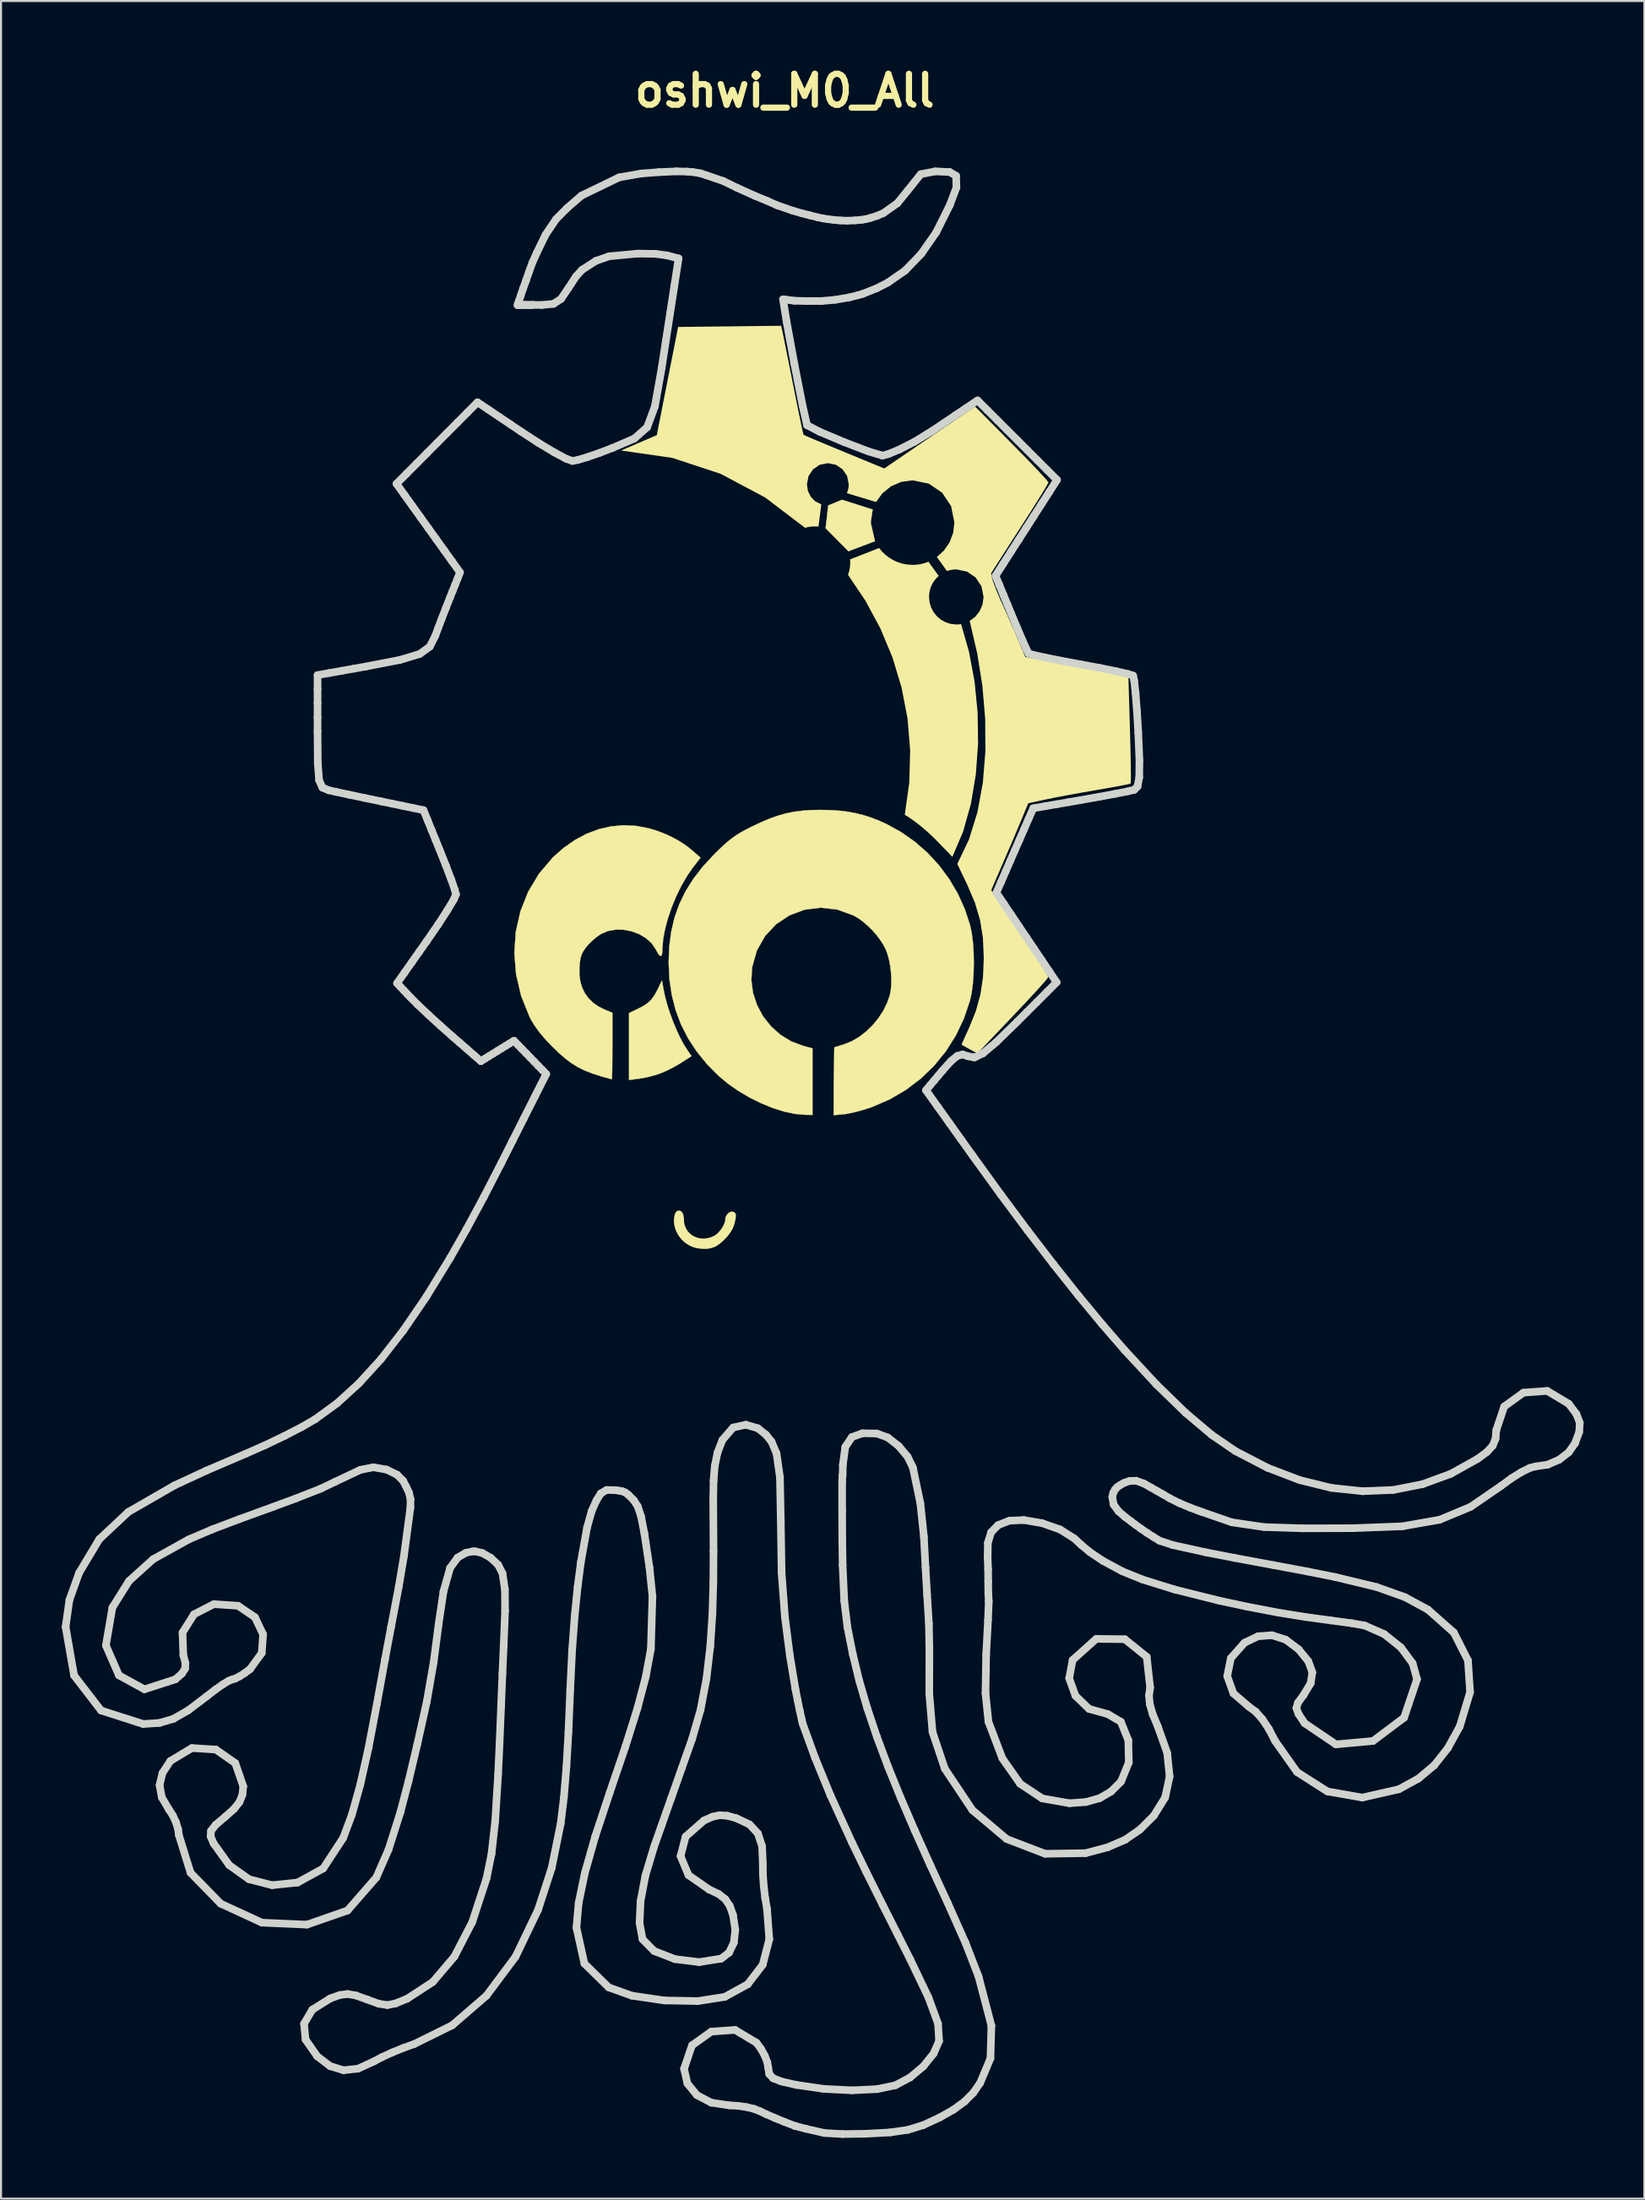
<source format=kicad_pcb>
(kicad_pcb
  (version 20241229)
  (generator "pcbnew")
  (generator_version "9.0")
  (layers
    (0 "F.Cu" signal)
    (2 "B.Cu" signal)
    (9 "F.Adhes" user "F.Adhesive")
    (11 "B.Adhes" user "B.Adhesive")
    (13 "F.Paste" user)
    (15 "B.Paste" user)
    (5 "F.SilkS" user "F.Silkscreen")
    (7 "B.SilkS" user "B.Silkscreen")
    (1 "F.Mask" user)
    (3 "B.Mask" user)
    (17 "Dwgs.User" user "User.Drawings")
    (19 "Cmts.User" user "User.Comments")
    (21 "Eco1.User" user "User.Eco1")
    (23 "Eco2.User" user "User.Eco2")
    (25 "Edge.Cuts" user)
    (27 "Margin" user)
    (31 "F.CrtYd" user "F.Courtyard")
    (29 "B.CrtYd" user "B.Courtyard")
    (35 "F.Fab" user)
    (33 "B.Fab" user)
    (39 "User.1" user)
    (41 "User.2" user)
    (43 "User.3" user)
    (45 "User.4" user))
  (footprint "oshwi_M0_All"
    (layer "F.Cu")
    (at 35.674 53.367)
    (property "Reference" "oshwi_M0_All" (at 0 -51.94 0) (layer "F.SilkS") (effects (font (size 1.524 1.524) (thickness 0.305))))
    (attr smd)
    (fp_poly (pts (xy 3.146 -29.218) (xy 4.452 -29.713) (xy 4.45 -29.718) (xy 4.243 -30.629) (xy 4.332 -31.237) (xy 4.343 -31.273) (xy 2.857 -31.745) (xy 2.827 -31.754) (xy 2.151 -31.478) (xy 2.148 -31.46) (xy 2.02 -30.353) (xy 2.02 -30.353) (xy 3.146 -29.218) (xy 3.146 -29.218)) (stroke (width 0.015) (type solid)) (fill yes) (layer "F.SilkS"))
    (fp_poly (pts (xy 5.925 -16.214) (xy 6.149 -17.812) (xy 6.191 -19.399) (xy 6.061 -20.963) (xy 5.766 -22.494) (xy 5.317 -23.979) (xy 4.72 -25.409) (xy 3.986 -26.771) (xy 3.123 -28.054) (xy 3.148 -28.127) (xy 3.17 -28.201) (xy 3.189 -28.276) (xy 3.205 -28.353) (xy 3.217 -28.431) (xy 3.226 -28.51) (xy 3.231 -28.59) (xy 3.233 -28.671) (xy 3.233 -28.689) (xy 3.232 -28.707) (xy 3.232 -28.725) (xy 3.231 -28.744) (xy 3.23 -28.762) (xy 3.229 -28.78) (xy 3.228 -28.798) (xy 3.227 -28.816) (xy 3.406 -28.886) (xy 3.585 -28.955) (xy 3.764 -29.025) (xy 3.943 -29.095) (xy 4.122 -29.165) (xy 4.301 -29.235) (xy 4.48 -29.305) (xy 4.66 -29.375) (xy 4.66 -29.375) (xy 4.66 -29.375) (xy 4.66 -29.375) (xy 4.66 -29.375) (xy 4.66 -29.375) (xy 4.66 -29.375) (xy 4.66 -29.375) (xy 4.66 -29.375) (xy 4.811 -29.194) (xy 4.981 -29.032) (xy 5.169 -28.89) (xy 5.373 -28.77) (xy 5.59 -28.674) (xy 5.82 -28.603) (xy 6.06 -28.559) (xy 6.309 -28.544) (xy 6.413 -28.547) (xy 6.515 -28.555) (xy 6.616 -28.567) (xy 6.715 -28.585) (xy 6.813 -28.607) (xy 6.908 -28.633) (xy 7.002 -28.665) (xy 7.094 -28.7) (xy 7.095 -28.698) (xy 7.097 -28.697) (xy 7.098 -28.695) (xy 7.099 -28.693) (xy 7.101 -28.691) (xy 7.102 -28.689) (xy 7.103 -28.688) (xy 7.104 -28.686) (xy 7.165 -28.601) (xy 7.226 -28.517) (xy 7.287 -28.432) (xy 7.348 -28.347) (xy 7.409 -28.263) (xy 7.47 -28.178) (xy 7.531 -28.094) (xy 7.592 -28.009) (xy 7.593 -28.008) (xy 7.594 -28.007) (xy 7.595 -28.005) (xy 7.596 -28.004) (xy 7.597 -28.003) (xy 7.598 -28.001) (xy 7.599 -28) (xy 7.6 -27.999) (xy 7.496 -27.899) (xy 7.403 -27.79) (xy 7.321 -27.67) (xy 7.252 -27.542) (xy 7.197 -27.406) (xy 7.157 -27.264) (xy 7.132 -27.115) (xy 7.123 -26.961) (xy 7.151 -26.687) (xy 7.229 -26.432) (xy 7.353 -26.201) (xy 7.517 -26) (xy 7.716 -25.835) (xy 7.945 -25.709) (xy 8.198 -25.63) (xy 8.469 -25.603) (xy 8.499 -25.603) (xy 8.529 -25.604) (xy 8.558 -25.605) (xy 8.588 -25.608) (xy 8.618 -25.611) (xy 8.647 -25.614) (xy 8.676 -25.618) (xy 8.705 -25.623) (xy 8.705 -25.623) (xy 8.705 -25.623) (xy 8.705 -25.623) (xy 8.705 -25.623) (xy 8.705 -25.623) (xy 8.705 -25.623) (xy 8.705 -25.623) (xy 8.705 -25.623) (xy 9.097 -24.249) (xy 9.37 -22.785) (xy 9.52 -21.267) (xy 9.543 -19.732) (xy 9.434 -18.215) (xy 9.189 -16.752) (xy 8.804 -15.381) (xy 8.274 -14.136) (xy 8.271 -14.139) (xy 8.268 -14.142) (xy 8.265 -14.145) (xy 8.262 -14.148) (xy 8.259 -14.151) (xy 8.256 -14.154) (xy 8.253 -14.157) (xy 8.25 -14.16) (xy 8.164 -14.249) (xy 8.078 -14.338) (xy 7.992 -14.426) (xy 7.906 -14.515) (xy 7.82 -14.604) (xy 7.734 -14.693) (xy 7.648 -14.781) (xy 7.562 -14.87) (xy 7.362 -15.072) (xy 7.162 -15.263) (xy 6.961 -15.444) (xy 6.759 -15.616) (xy 6.555 -15.779) (xy 6.348 -15.932) (xy 6.139 -16.077) (xy 5.925 -16.214)) (stroke (width 0) (type solid)) (fill yes) (layer "F.SilkS"))
    (fp_poly (pts (xy -4.351 5.042) (xy -4.469 5.008) (xy -4.581 4.963) (xy -4.689 4.907) (xy -4.79 4.842) (xy -4.884 4.768) (xy -4.971 4.686) (xy -5.051 4.597) (xy -5.122 4.502) (xy -5.184 4.402) (xy -5.237 4.297) (xy -5.28 4.188) (xy -5.312 4.076) (xy -5.334 3.962) (xy -5.343 3.847) (xy -5.341 3.731) (xy -5.325 3.615) (xy -5.313 3.564) (xy -5.299 3.521) (xy -5.283 3.488) (xy -5.265 3.463) (xy -5.247 3.447) (xy -5.228 3.439) (xy -5.209 3.439) (xy -5.19 3.446) (xy -5.171 3.461) (xy -5.154 3.484) (xy -5.138 3.513) (xy -5.125 3.549) (xy -5.113 3.592) (xy -5.105 3.64) (xy -5.099 3.695) (xy -5.097 3.755) (xy -5.087 3.909) (xy -5.058 4.053) (xy -5.011 4.188) (xy -4.948 4.312) (xy -4.87 4.424) (xy -4.778 4.524) (xy -4.675 4.611) (xy -4.56 4.685) (xy -4.437 4.743) (xy -4.305 4.786) (xy -4.168 4.813) (xy -4.025 4.823) (xy -3.879 4.815) (xy -3.73 4.788) (xy -3.581 4.742) (xy -3.433 4.676) (xy -3.376 4.643) (xy -3.319 4.604) (xy -3.263 4.558) (xy -3.208 4.507) (xy -3.155 4.452) (xy -3.104 4.393) (xy -3.055 4.331) (xy -3.009 4.267) (xy -2.967 4.201) (xy -2.929 4.135) (xy -2.896 4.068) (xy -2.868 4.001) (xy -2.845 3.936) (xy -2.828 3.873) (xy -2.817 3.812) (xy -2.813 3.755) (xy -2.811 3.724) (xy -2.805 3.694) (xy -2.796 3.664) (xy -2.783 3.636) (xy -2.768 3.609) (xy -2.75 3.584) (xy -2.731 3.561) (xy -2.71 3.541) (xy -2.688 3.524) (xy -2.665 3.51) (xy -2.642 3.499) (xy -2.62 3.493) (xy -2.598 3.491) (xy -2.577 3.494) (xy -2.558 3.502) (xy -2.54 3.515) (xy -2.535 3.523) (xy -2.532 3.535) (xy -2.531 3.55) (xy -2.53 3.57) (xy -2.531 3.592) (xy -2.533 3.618) (xy -2.536 3.647) (xy -2.541 3.679) (xy -2.547 3.713) (xy -2.554 3.749) (xy -2.562 3.787) (xy -2.571 3.827) (xy -2.581 3.868) (xy -2.592 3.911) (xy -2.604 3.954) (xy -2.617 3.998) (xy -2.646 4.08) (xy -2.685 4.164) (xy -2.732 4.248) (xy -2.785 4.332) (xy -2.845 4.415) (xy -2.91 4.496) (xy -2.978 4.574) (xy -3.049 4.649) (xy -3.121 4.72) (xy -3.194 4.785) (xy -3.266 4.845) (xy -3.336 4.898) (xy -3.403 4.943) (xy -3.466 4.98) (xy -3.523 5.007) (xy -3.575 5.025) (xy -3.597 5.031) (xy -3.617 5.037) (xy -3.636 5.042) (xy -3.653 5.047) (xy -3.669 5.051) (xy -3.685 5.055) (xy -3.7 5.059) (xy -3.715 5.063) (xy -3.73 5.066) (xy -3.746 5.069) (xy -3.763 5.072) (xy -3.781 5.074) (xy -3.8 5.077) (xy -3.821 5.079) (xy -3.844 5.081) (xy -3.869 5.082) (xy -3.886 5.083) (xy -3.905 5.084) (xy -3.927 5.084) (xy -3.951 5.084) (xy -3.978 5.084) (xy -4.007 5.084) (xy -4.037 5.083) (xy -4.069 5.081) (xy -4.102 5.079) (xy -4.137 5.076) (xy -4.172 5.072) (xy -4.207 5.068) (xy -4.244 5.063) (xy -4.28 5.057) (xy -4.316 5.05) (xy -4.352 5.042) (xy -4.352 5.042) (xy -4.352 5.042) (xy -4.352 5.042) (xy -4.352 5.042) (xy -4.352 5.042) (xy -4.352 5.042) (xy -4.352 5.042) (xy -4.352 5.042) (xy -4.352 5.042) (xy -4.352 5.042) (xy -4.352 5.042) (xy -4.352 5.042) (xy -4.352 5.042) (xy -4.351 5.042) (xy -4.351 5.042) (xy -4.351 5.042) (xy -4.351 5.042) (xy -4.351 5.042) (xy -4.351 5.042) (xy -4.351 5.042) (xy -4.351 5.042) (xy -4.351 5.042) (xy -4.351 5.042) (xy -4.351 5.042) (xy -4.351 5.042) (xy -4.351 5.042) (xy -4.351 5.042) (xy -4.351 5.042) (xy -4.351 5.042) (xy -4.351 5.042) (xy -4.351 5.042) (xy -4.351 5.042)) (stroke (width 0.248) (type solid)) (fill yes) (layer "F.SilkS"))
    (fp_poly (pts (xy -8.059 -34.166) (xy -8.066 -34.175) (xy -8.071 -34.182) (xy -8.074 -34.185) (xy -8.075 -34.187) (xy -5.544 -33.823) (xy -3.161 -33.035) (xy -0.967 -31.87) (xy 1.002 -30.373) (xy 1.002 -30.373) (xy 1.002 -30.373) (xy 1.002 -30.373) (xy 1.002 -30.373) (xy 1.117 -30.402) (xy 1.236 -30.423) (xy 1.357 -30.436) (xy 1.481 -30.44) (xy 1.528 -30.439) (xy 1.574 -30.438) (xy 1.62 -30.435) (xy 1.666 -30.43) (xy 1.701 -30.705) (xy 1.737 -30.98) (xy 1.772 -31.255) (xy 1.807 -31.53) (xy 1.802 -31.531) (xy 1.797 -31.533) (xy 1.792 -31.534) (xy 1.788 -31.536) (xy 1.505 -31.682) (xy 1.287 -31.906) (xy 1.146 -32.191) (xy 1.096 -32.521) (xy 1.177 -32.926) (xy 1.398 -33.258) (xy 1.726 -33.481) (xy 2.128 -33.563) (xy 2.53 -33.481) (xy 2.858 -33.258) (xy 3.079 -32.926) (xy 3.16 -32.521) (xy 3.154 -32.405) (xy 3.136 -32.293) (xy 3.106 -32.185) (xy 3.065 -32.083) (xy 3.076 -32.079) (xy 3.087 -32.076) (xy 3.098 -32.073) (xy 3.109 -32.07) (xy 3.453 -31.965) (xy 3.798 -31.861) (xy 4.143 -31.756) (xy 4.488 -31.652) (xy 4.492 -31.65) (xy 4.497 -31.649) (xy 4.501 -31.648) (xy 4.506 -31.646) (xy 4.828 -32.082) (xy 5.249 -32.42) (xy 5.75 -32.638) (xy 6.309 -32.715) (xy 7.113 -32.551) (xy 7.769 -32.104) (xy 8.211 -31.441) (xy 8.374 -30.63) (xy 8.312 -30.122) (xy 8.137 -29.66) (xy 7.864 -29.258) (xy 7.508 -28.932) (xy 7.511 -28.927) (xy 7.515 -28.923) (xy 7.518 -28.918) (xy 7.521 -28.914) (xy 7.639 -28.75) (xy 7.757 -28.586) (xy 7.874 -28.423) (xy 7.992 -28.259) (xy 7.995 -28.254) (xy 7.999 -28.248) (xy 8.002 -28.243) (xy 8.006 -28.238) (xy 8.116 -28.273) (xy 8.23 -28.299) (xy 8.348 -28.315) (xy 8.469 -28.32) (xy 8.992 -28.213) (xy 9.42 -27.922) (xy 9.708 -27.49) (xy 9.814 -26.961) (xy 9.764 -26.595) (xy 9.624 -26.266) (xy 9.408 -25.989) (xy 9.128 -25.777) (xy 9.498 -24.188) (xy 9.756 -22.568) (xy 9.894 -20.944) (xy 9.904 -19.346) (xy 9.779 -17.802) (xy 9.511 -16.341) (xy 9.093 -14.993) (xy 8.516 -13.785) (xy 8.518 -13.782) (xy 8.52 -13.778) (xy 8.522 -13.774) (xy 8.523 -13.771) (xy 8.641 -13.526) (xy 8.758 -13.281) (xy 8.876 -13.036) (xy 8.994 -12.792) (xy 9.384 -11.88) (xy 9.64 -11.021) (xy 9.781 -10.136) (xy 9.824 -9.144) (xy 9.785 -8.2) (xy 9.659 -7.35) (xy 9.436 -6.539) (xy 9.103 -5.71) (xy 8.957 -5.39) (xy 8.838 -5.126) (xy 8.757 -4.945) (xy 8.728 -4.875) (xy 8.758 -4.853) (xy 8.842 -4.803) (xy 8.966 -4.732) (xy 9.118 -4.649) (xy 9.215 -4.596) (xy 9.313 -4.543) (xy 9.41 -4.49) (xy 9.508 -4.437) (xy 9.945 -4.897) (xy 10.383 -5.356) (xy 10.821 -5.816) (xy 11.259 -6.276) (xy 11.939 -6.997) (xy 12.497 -7.601) (xy 12.874 -8.024) (xy 13.014 -8.204) (xy 12.904 -8.404) (xy 12.602 -8.883) (xy 12.153 -9.57) (xy 11.605 -10.393) (xy 11.252 -10.918) (xy 10.899 -11.443) (xy 10.546 -11.968) (xy 10.193 -12.493) (xy 10.348 -12.853) (xy 10.503 -13.213) (xy 10.659 -13.573) (xy 10.814 -13.932) (xy 11.079 -14.547) (xy 11.339 -15.156) (xy 11.565 -15.689) (xy 11.727 -16.076) (xy 11.8 -16.252) (xy 11.873 -16.428) (xy 11.946 -16.604) (xy 12.019 -16.78) (xy 12.231 -16.826) (xy 12.443 -16.873) (xy 12.655 -16.919) (xy 12.867 -16.965) (xy 13.327 -17.059) (xy 13.953 -17.178) (xy 14.663 -17.307) (xy 15.373 -17.431) (xy 16.021 -17.543) (xy 16.557 -17.641) (xy 16.927 -17.715) (xy 17.074 -17.753) (xy 17.084 -17.978) (xy 17.08 -18.56) (xy 17.064 -19.41) (xy 17.037 -20.441) (xy 17.018 -21.102) (xy 16.998 -21.763) (xy 16.978 -22.425) (xy 16.959 -23.086) (xy 16.54 -23.16) (xy 16.121 -23.235) (xy 15.702 -23.309) (xy 15.283 -23.383) (xy 14.564 -23.511) (xy 13.845 -23.64) (xy 13.21 -23.754) (xy 12.741 -23.84) (xy 12.525 -23.88) (xy 12.308 -23.92) (xy 12.092 -23.96) (xy 11.875 -24) (xy 11.793 -24.194) (xy 11.711 -24.388) (xy 11.629 -24.582) (xy 11.547 -24.776) (xy 11.376 -25.175) (xy 11.153 -25.684) (xy 10.907 -26.24) (xy 10.666 -26.776) (xy 10.458 -27.261) (xy 10.298 -27.678) (xy 10.203 -27.982) (xy 10.188 -28.13) (xy 10.326 -28.349) (xy 10.645 -28.849) (xy 11.099 -29.555) (xy 11.64 -30.393) (xy 12.175 -31.227) (xy 12.613 -31.924) (xy 12.909 -32.411) (xy 13.018 -32.614) (xy 12.875 -32.793) (xy 12.486 -33.215) (xy 11.91 -33.815) (xy 11.206 -34.531) (xy 10.754 -34.988) (xy 10.301 -35.445) (xy 9.848 -35.901) (xy 9.395 -36.358) (xy 8.835 -35.976) (xy 8.275 -35.594) (xy 7.714 -35.212) (xy 7.154 -34.83) (xy 6.593 -34.448) (xy 6.033 -34.066) (xy 5.473 -33.684) (xy 4.912 -33.302) (xy 4.419 -33.505) (xy 3.926 -33.709) (xy 3.432 -33.912) (xy 2.939 -34.115) (xy 2.169 -34.434) (xy 1.535 -34.699) (xy 1.1 -34.885) (xy 0.931 -34.962) (xy 0.88 -35.167) (xy 0.766 -35.699) (xy 0.606 -36.478) (xy 0.417 -37.423) (xy 0.226 -38.385) (xy 0.061 -39.21) (xy -0.061 -39.81) (xy -0.121 -40.096) (xy -0.136 -40.158) (xy -0.15 -40.219) (xy -0.165 -40.281) (xy -0.179 -40.342) (xy -0.814 -40.335) (xy -1.449 -40.328) (xy -2.084 -40.32) (xy -2.719 -40.313) (xy -3.354 -40.306) (xy -3.99 -40.299) (xy -4.625 -40.291) (xy -5.26 -40.284) (xy -5.391 -39.617) (xy -5.523 -38.95) (xy -5.655 -38.282) (xy -5.786 -37.615) (xy -5.918 -36.948) (xy -6.05 -36.281) (xy -6.181 -35.614) (xy -6.313 -34.946) (xy -6.753 -34.757) (xy -7.194 -34.567) (xy -7.634 -34.377) (xy -8.075 -34.187) (xy -8.059 -34.166)) (stroke (width 0) (type solid)) (fill yes) (layer "F.SilkS"))
    (fp_poly (pts (xy -6.123 -3.458) (xy -3.847 -3.923) (xy -3.266 -3.335) (xy -2.807 -2.95) (xy -2.295 -2.592) (xy -1.745 -2.267) (xy -1.175 -1.984) (xy -0.601 -1.749) (xy -0.038 -1.57) (xy 0.495 -1.455) (xy 0.984 -1.41) (xy 1.032 -1.409) (xy 1.08 -1.408) (xy 1.128 -1.407) (xy 1.177 -1.407) (xy 1.225 -1.406) (xy 1.273 -1.405) (xy 1.321 -1.404) (xy 1.37 -1.403) (xy 1.37 -1.608) (xy 1.37 -1.814) (xy 1.37 -2.019) (xy 1.37 -2.224) (xy 1.37 -2.429) (xy 1.37 -2.635) (xy 1.37 -2.84) (xy 1.37 -3.045) (xy 1.369 -3.045) (xy 1.369 -3.045) (xy 1.369 -3.045) (xy 1.369 -3.045) (xy 1.369 -3.045) (xy 1.369 -3.045) (xy 1.369 -3.045) (xy 1.369 -3.045) (xy 1.369 -3.045) (xy 1.369 -3.045) (xy 1.369 -3.045) (xy 1.369 -3.045) (xy 1.369 -3.045) (xy 1.369 -3.045) (xy 1.369 -3.045) (xy 1.37 -3.046) (xy 1.37 -3.251) (xy 1.37 -3.456) (xy 1.37 -3.662) (xy 1.37 -3.867) (xy 1.37 -4.072) (xy 1.37 -4.277) (xy 1.37 -4.483) (xy 1.37 -4.688) (xy 1.315 -4.702) (xy 1.26 -4.717) (xy 1.206 -4.731) (xy 1.151 -4.746) (xy 1.096 -4.76) (xy 1.042 -4.774) (xy 0.987 -4.789) (xy 0.932 -4.803) (xy 0.329 -5.027) (xy -0.212 -5.357) (xy -0.683 -5.778) (xy -1.071 -6.273) (xy -1.368 -6.827) (xy -1.564 -7.425) (xy -1.647 -8.052) (xy -1.608 -8.691) (xy -1.372 -9.521) (xy -0.965 -10.234) (xy -0.418 -10.817) (xy 0.24 -11.253) (xy 0.98 -11.529) (xy 1.773 -11.629) (xy 2.589 -11.538) (xy 3.4 -11.242) (xy 3.633 -11.106) (xy 3.868 -10.936) (xy 4.099 -10.738) (xy 4.321 -10.519) (xy 4.527 -10.284) (xy 4.712 -10.04) (xy 4.87 -9.794) (xy 4.995 -9.55) (xy 5.082 -9.313) (xy 5.154 -9.039) (xy 5.209 -8.742) (xy 5.245 -8.432) (xy 5.263 -8.123) (xy 5.26 -7.827) (xy 5.236 -7.554) (xy 5.19 -7.319) (xy 5.05 -6.917) (xy 4.854 -6.527) (xy 4.61 -6.156) (xy 4.325 -5.814) (xy 4.008 -5.508) (xy 3.665 -5.246) (xy 3.304 -5.036) (xy 2.932 -4.887) (xy 2.872 -4.868) (xy 2.811 -4.85) (xy 2.751 -4.831) (xy 2.691 -4.812) (xy 2.631 -4.793) (xy 2.57 -4.775) (xy 2.51 -4.756) (xy 2.45 -4.737) (xy 2.446 -4.527) (xy 2.443 -4.317) (xy 2.439 -4.107) (xy 2.435 -3.897) (xy 2.432 -3.687) (xy 2.428 -3.477) (xy 2.425 -3.266) (xy 2.421 -3.056) (xy 2.421 -2.848) (xy 2.42 -2.64) (xy 2.419 -2.431) (xy 2.419 -2.223) (xy 2.418 -2.015) (xy 2.418 -1.806) (xy 2.417 -1.598) (xy 2.417 -1.39) (xy 2.485 -1.396) (xy 2.553 -1.403) (xy 2.62 -1.409) (xy 2.688 -1.416) (xy 2.756 -1.422) (xy 2.824 -1.429) (xy 2.892 -1.435) (xy 2.96 -1.442) (xy 3.091 -1.461) (xy 3.244 -1.491) (xy 3.414 -1.529) (xy 3.596 -1.575) (xy 3.785 -1.626) (xy 3.973 -1.682) (xy 4.157 -1.741) (xy 4.329 -1.801) (xy 5.192 -2.175) (xy 5.991 -2.644) (xy 6.723 -3.2) (xy 7.38 -3.837) (xy 7.957 -4.548) (xy 8.448 -5.327) (xy 8.847 -6.167) (xy 9.147 -7.062) (xy 9.228 -7.444) (xy 9.286 -7.896) (xy 9.321 -8.393) (xy 9.332 -8.912) (xy 9.321 -9.432) (xy 9.287 -9.929) (xy 9.229 -10.381) (xy 9.148 -10.765) (xy 8.885 -11.565) (xy 8.539 -12.327) (xy 8.115 -13.046) (xy 7.619 -13.714) (xy 7.057 -14.326) (xy 6.433 -14.875) (xy 5.752 -15.354) (xy 5.021 -15.757) (xy 4.638 -15.929) (xy 4.259 -16.075) (xy 3.879 -16.196) (xy 3.492 -16.292) (xy 3.095 -16.364) (xy 2.68 -16.415) (xy 2.244 -16.444) (xy 1.781 -16.453) (xy 1.305 -16.444) (xy 0.869 -16.414) (xy 0.461 -16.361) (xy 0.067 -16.281) (xy -0.324 -16.172) (xy -0.726 -16.029) (xy -1.152 -15.851) (xy -1.614 -15.634) (xy -1.9 -15.489) (xy -2.15 -15.353) (xy -2.373 -15.216) (xy -2.582 -15.071) (xy -2.789 -14.907) (xy -3.007 -14.717) (xy -3.247 -14.491) (xy -3.521 -14.219) (xy -4.059 -13.634) (xy -4.518 -13.039) (xy -4.899 -12.428) (xy -5.205 -11.795) (xy -5.438 -11.134) (xy -5.601 -10.439) (xy -5.696 -9.704) (xy -5.726 -8.922) (xy -5.688 -8.104) (xy -5.573 -7.322) (xy -5.383 -6.576) (xy -5.116 -5.865) (xy -4.771 -5.187) (xy -4.348 -4.54) (xy -3.847 -3.923) (xy -6.123 -3.458) (xy -6.012 -3.503) (xy -5.887 -3.558) (xy -5.754 -3.621) (xy -5.617 -3.69) (xy -5.479 -3.762) (xy -5.346 -3.835) (xy -5.221 -3.908) (xy -5.108 -3.977) (xy -5.044 -4.018) (xy -4.98 -4.059) (xy -4.916 -4.1) (xy -4.853 -4.141) (xy -4.789 -4.182) (xy -4.725 -4.223) (xy -4.661 -4.264) (xy -4.597 -4.305) (xy -6.837 -10.119) (xy -6.558 -9.863) (xy -6.354 -9.559) (xy -6.278 -9.415) (xy -6.213 -9.315) (xy -6.159 -9.257) (xy -6.114 -9.242) (xy -6.08 -9.269) (xy -6.055 -9.339) (xy -6.04 -9.452) (xy -6.035 -9.608) (xy -6.002 -10.053) (xy -5.911 -10.55) (xy -5.77 -11.08) (xy -5.586 -11.625) (xy -5.364 -12.167) (xy -5.112 -12.687) (xy -4.837 -13.167) (xy -4.546 -13.589) (xy -4.497 -13.652) (xy -4.448 -13.716) (xy -4.399 -13.78) (xy -4.35 -13.844) (xy -4.301 -13.907) (xy -4.252 -13.971) (xy -4.203 -14.035) (xy -4.154 -14.098) (xy -4.21 -14.146) (xy -4.265 -14.194) (xy -4.321 -14.242) (xy -4.376 -14.29) (xy -4.432 -14.337) (xy -4.487 -14.385) (xy -4.542 -14.433) (xy -4.598 -14.481) (xy -4.811 -14.651) (xy -5.045 -14.814) (xy -5.296 -14.968) (xy -5.562 -15.11) (xy -5.84 -15.241) (xy -6.127 -15.358) (xy -6.421 -15.461) (xy -6.719 -15.547) (xy -7.341 -15.665) (xy -7.964 -15.694) (xy -8.582 -15.637) (xy -9.19 -15.496) (xy -9.785 -15.271) (xy -10.362 -14.963) (xy -10.915 -14.575) (xy -11.441 -14.108) (xy -12.123 -13.308) (xy -12.656 -12.419) (xy -13.039 -11.458) (xy -13.269 -10.445) (xy -13.342 -9.399) (xy -13.256 -8.34) (xy -13.009 -7.285) (xy -12.597 -6.255) (xy -12.505 -6.08) (xy -12.401 -5.905) (xy -12.284 -5.728) (xy -12.154 -5.548) (xy -12.01 -5.366) (xy -11.851 -5.18) (xy -11.678 -4.99) (xy -11.489 -4.796) (xy -11.146 -4.463) (xy -10.83 -4.186) (xy -10.524 -3.956) (xy -10.211 -3.762) (xy -9.872 -3.595) (xy -9.491 -3.446) (xy -9.05 -3.304) (xy -8.531 -3.16) (xy -8.526 -3.192) (xy -8.521 -3.287) (xy -8.517 -3.438) (xy -8.513 -3.638) (xy -8.51 -3.881) (xy -8.507 -4.159) (xy -8.506 -4.467) (xy -8.505 -4.797) (xy -8.505 -4.797) (xy -8.505 -4.797) (xy -8.505 -4.797) (xy -8.505 -4.797) (xy -8.505 -4.797) (xy -8.505 -4.797) (xy -8.505 -5.003) (xy -8.505 -5.208) (xy -8.505 -5.414) (xy -8.505 -5.619) (xy -8.505 -5.825) (xy -8.505 -6.031) (xy -8.505 -6.236) (xy -8.505 -6.442) (xy -8.553 -6.462) (xy -8.601 -6.482) (xy -8.649 -6.502) (xy -8.697 -6.522) (xy -8.745 -6.542) (xy -8.794 -6.562) (xy -8.842 -6.582) (xy -8.89 -6.602) (xy -9.195 -6.755) (xy -9.459 -6.941) (xy -9.681 -7.158) (xy -9.86 -7.405) (xy -9.995 -7.68) (xy -10.086 -7.984) (xy -10.132 -8.314) (xy -10.132 -8.67) (xy -10.117 -8.854) (xy -10.098 -9.011) (xy -10.073 -9.147) (xy -10.038 -9.268) (xy -9.994 -9.378) (xy -9.936 -9.484) (xy -9.865 -9.592) (xy -9.777 -9.707) (xy -9.705 -9.79) (xy -9.623 -9.876) (xy -9.533 -9.964) (xy -9.437 -10.051) (xy -9.339 -10.134) (xy -9.242 -10.21) (xy -9.148 -10.277) (xy -9.061 -10.332) (xy -8.715 -10.48) (xy -8.335 -10.547) (xy -7.939 -10.539) (xy -7.545 -10.462) (xy -7.172 -10.32) (xy -6.837 -10.119) (xy -4.597 -4.305) (xy -4.621 -4.339) (xy -4.645 -4.373) (xy -4.669 -4.407) (xy -4.693 -4.441) (xy -4.717 -4.476) (xy -4.741 -4.51) (xy -4.765 -4.544) (xy -4.789 -4.578) (xy -4.972 -4.865) (xy -5.156 -5.207) (xy -5.336 -5.591) (xy -5.507 -6.001) (xy -5.663 -6.424) (xy -5.799 -6.846) (xy -5.908 -7.252) (xy -5.986 -7.627) (xy -5.995 -7.678) (xy -6.003 -7.73) (xy -6.012 -7.781) (xy -6.021 -7.832) (xy -6.029 -7.884) (xy -6.038 -7.935) (xy -6.047 -7.987) (xy -6.055 -8.038) (xy -6.08 -7.988) (xy -6.104 -7.937) (xy -6.129 -7.887) (xy -6.153 -7.837) (xy -6.178 -7.787) (xy -6.202 -7.736) (xy -6.226 -7.686) (xy -6.251 -7.636) (xy -6.348 -7.447) (xy -6.442 -7.286) (xy -6.539 -7.149) (xy -6.644 -7.031) (xy -6.76 -6.926) (xy -6.894 -6.83) (xy -7.05 -6.737) (xy -7.233 -6.644) (xy -7.289 -6.616) (xy -7.345 -6.589) (xy -7.401 -6.562) (xy -7.458 -6.535) (xy -7.514 -6.508) (xy -7.57 -6.481) (xy -7.626 -6.453) (xy -7.682 -6.426) (xy -7.682 -6.22) (xy -7.682 -6.014) (xy -7.682 -5.807) (xy -7.682 -5.601) (xy -7.682 -5.395) (xy -7.682 -5.189) (xy -7.682 -4.982) (xy -7.682 -4.776) (xy -7.682 -4.57) (xy -7.682 -4.364) (xy -7.682 -4.157) (xy -7.682 -3.951) (xy -7.682 -3.745) (xy -7.682 -3.539) (xy -7.682 -3.332) (xy -7.682 -3.126) (xy -7.616 -3.135) (xy -7.551 -3.144) (xy -7.485 -3.152) (xy -7.419 -3.161) (xy -7.353 -3.17) (xy -7.287 -3.179) (xy -7.221 -3.187) (xy -7.155 -3.196) (xy -7.039 -3.214) (xy -6.911 -3.238) (xy -6.775 -3.268) (xy -6.635 -3.302) (xy -6.496 -3.339) (xy -6.361 -3.378) (xy -6.236 -3.418) (xy -6.123 -3.458) (xy -6.123 -3.458)) (stroke (width 0.014) (type solid)) (fill yes) (layer "F.SilkS"))
    (fp_line (start -35.486 23.861) (end -35.3 22.538) (stroke (width 0.375) (type solid)) (layer "Edge.Cuts"))
    (fp_line (start -35.3 22.538) (end -34.821 21.198) (stroke (width 0.375) (type solid)) (layer "Edge.Cuts"))
    (fp_line (start -35.068 26.257) (end -35.486 23.861) (stroke (width 0.375) (type solid)) (layer "Edge.Cuts"))
    (fp_line (start -34.821 21.198) (end -33.824 19.533) (stroke (width 0.375) (type solid)) (layer "Edge.Cuts"))
    (fp_line (start -33.824 19.533) (end -32.389 18.189) (stroke (width 0.375) (type solid)) (layer "Edge.Cuts"))
    (fp_line (start -33.735 27.987) (end -35.068 26.257) (stroke (width 0.375) (type solid)) (layer "Edge.Cuts"))
    (fp_line (start -33.498 24.775) (end -32.854 26.251) (stroke (width 0.375) (type solid)) (layer "Edge.Cuts"))
    (fp_line (start -33.178 22.906) (end -33.498 24.775) (stroke (width 0.375) (type solid)) (layer "Edge.Cuts"))
    (fp_line (start -32.854 26.251) (end -31.595 26.941) (stroke (width 0.375) (type solid)) (layer "Edge.Cuts"))
    (fp_line (start -32.389 18.189) (end -30.114 16.879) (stroke (width 0.375) (type solid)) (layer "Edge.Cuts"))
    (fp_line (start -32.358 21.596) (end -33.178 22.906) (stroke (width 0.375) (type solid)) (layer "Edge.Cuts"))
    (fp_line (start -31.657 28.653) (end -33.735 27.987) (stroke (width 0.375) (type solid)) (layer "Edge.Cuts"))
    (fp_line (start -31.595 26.941) (end -30.066 26.447) (stroke (width 0.375) (type solid)) (layer "Edge.Cuts"))
    (fp_line (start -31.166 20.52) (end -32.358 21.596) (stroke (width 0.375) (type solid)) (layer "Edge.Cuts"))
    (fp_line (start -30.856 28.6) (end -31.657 28.653) (stroke (width 0.375) (type solid)) (layer "Edge.Cuts"))
    (fp_line (start -30.849 31.669) (end -30.707 31.073) (stroke (width 0.375) (type solid)) (layer "Edge.Cuts"))
    (fp_line (start -30.741 32.268) (end -30.849 31.669) (stroke (width 0.375) (type solid)) (layer "Edge.Cuts"))
    (fp_line (start -30.707 31.073) (end -30.317 30.477) (stroke (width 0.375) (type solid)) (layer "Edge.Cuts"))
    (fp_line (start -30.385 32.874) (end -30.741 32.268) (stroke (width 0.375) (type solid)) (layer "Edge.Cuts"))
    (fp_line (start -30.317 30.477) (end -29.255 29.839) (stroke (width 0.375) (type solid)) (layer "Edge.Cuts"))
    (fp_line (start -30.195 33.166) (end -30.385 32.874) (stroke (width 0.375) (type solid)) (layer "Edge.Cuts"))
    (fp_line (start -30.166 28.397) (end -30.856 28.6) (stroke (width 0.375) (type solid)) (layer "Edge.Cuts"))
    (fp_line (start -30.114 16.879) (end -28.536 16.147) (stroke (width 0.375) (type solid)) (layer "Edge.Cuts"))
    (fp_line (start -30.066 26.447) (end -29.746 26.165) (stroke (width 0.375) (type solid)) (layer "Edge.Cuts"))
    (fp_line (start -30.04 33.502) (end -30.195 33.166) (stroke (width 0.375) (type solid)) (layer "Edge.Cuts"))
    (fp_line (start -29.935 33.839) (end -30.04 33.502) (stroke (width 0.375) (type solid)) (layer "Edge.Cuts"))
    (fp_line (start -29.896 34.137) (end -29.935 33.839) (stroke (width 0.375) (type solid)) (layer "Edge.Cuts"))
    (fp_line (start -29.746 26.165) (end -29.589 25.919) (stroke (width 0.375) (type solid)) (layer "Edge.Cuts"))
    (fp_line (start -29.717 24.141) (end -29.149 23.239) (stroke (width 0.375) (type solid)) (layer "Edge.Cuts"))
    (fp_line (start -29.676 25.266) (end -29.717 24.141) (stroke (width 0.375) (type solid)) (layer "Edge.Cuts"))
    (fp_line (start -29.589 25.919) (end -29.573 25.641) (stroke (width 0.375) (type solid)) (layer "Edge.Cuts"))
    (fp_line (start -29.573 25.641) (end -29.676 25.266) (stroke (width 0.375) (type solid)) (layer "Edge.Cuts"))
    (fp_line (start -29.435 27.978) (end -30.166 28.397) (stroke (width 0.375) (type solid)) (layer "Edge.Cuts"))
    (fp_line (start -29.411 19.545) (end -31.166 20.52) (stroke (width 0.375) (type solid)) (layer "Edge.Cuts"))
    (fp_line (start -29.32 35.993) (end -29.896 34.137) (stroke (width 0.375) (type solid)) (layer "Edge.Cuts"))
    (fp_line (start -29.255 29.839) (end -28.073 29.913) (stroke (width 0.375) (type solid)) (layer "Edge.Cuts"))
    (fp_line (start -29.149 23.239) (end -28.171 22.738) (stroke (width 0.375) (type solid)) (layer "Edge.Cuts"))
    (fp_line (start -28.536 16.147) (end -26.597 15.316) (stroke (width 0.375) (type solid)) (layer "Edge.Cuts"))
    (fp_line (start -28.511 27.276) (end -29.435 27.978) (stroke (width 0.375) (type solid)) (layer "Edge.Cuts"))
    (fp_line (start -28.331 34.192) (end -28.187 34.535) (stroke (width 0.375) (type solid)) (layer "Edge.Cuts"))
    (fp_line (start -28.31 33.922) (end -28.331 34.192) (stroke (width 0.375) (type solid)) (layer "Edge.Cuts"))
    (fp_line (start -28.262 19.054) (end -29.411 19.545) (stroke (width 0.375) (type solid)) (layer "Edge.Cuts"))
    (fp_line (start -28.187 34.535) (end -27.415 35.614) (stroke (width 0.375) (type solid)) (layer "Edge.Cuts"))
    (fp_line (start -28.171 22.738) (end -26.979 22.818) (stroke (width 0.375) (type solid)) (layer "Edge.Cuts"))
    (fp_line (start -28.097 26.957) (end -28.511 27.276) (stroke (width 0.375) (type solid)) (layer "Edge.Cuts"))
    (fp_line (start -28.083 33.632) (end -28.31 33.922) (stroke (width 0.375) (type solid)) (layer "Edge.Cuts"))
    (fp_line (start -28.073 29.913) (end -27.114 30.582) (stroke (width 0.375) (type solid)) (layer "Edge.Cuts"))
    (fp_line (start -27.833 37.517) (end -29.32 35.993) (stroke (width 0.375) (type solid)) (layer "Edge.Cuts"))
    (fp_line (start -27.723 26.695) (end -28.097 26.957) (stroke (width 0.375) (type solid)) (layer "Edge.Cuts"))
    (fp_line (start -27.607 33.228) (end -28.083 33.632) (stroke (width 0.375) (type solid)) (layer "Edge.Cuts"))
    (fp_line (start -27.431 26.518) (end -27.723 26.695) (stroke (width 0.375) (type solid)) (layer "Edge.Cuts"))
    (fp_line (start -27.415 35.614) (end -26.436 36.312) (stroke (width 0.375) (type solid)) (layer "Edge.Cuts"))
    (fp_line (start -27.261 26.453) (end -27.431 26.518) (stroke (width 0.375) (type solid)) (layer "Edge.Cuts"))
    (fp_line (start -27.177 32.846) (end -27.607 33.228) (stroke (width 0.375) (type solid)) (layer "Edge.Cuts"))
    (fp_line (start -27.12 26.413) (end -27.261 26.453) (stroke (width 0.375) (type solid)) (layer "Edge.Cuts"))
    (fp_line (start -27.114 30.582) (end -26.719 31.727) (stroke (width 0.375) (type solid)) (layer "Edge.Cuts"))
    (fp_line (start -26.979 22.818) (end -26.142 23.386) (stroke (width 0.375) (type solid)) (layer "Edge.Cuts"))
    (fp_line (start -26.908 26.304) (end -27.12 26.413) (stroke (width 0.375) (type solid)) (layer "Edge.Cuts"))
    (fp_line (start -26.904 32.5) (end -27.177 32.846) (stroke (width 0.375) (type solid)) (layer "Edge.Cuts"))
    (fp_line (start -26.901 18.538) (end -28.262 19.054) (stroke (width 0.375) (type solid)) (layer "Edge.Cuts"))
    (fp_line (start -26.761 32.142) (end -26.904 32.5) (stroke (width 0.375) (type solid)) (layer "Edge.Cuts"))
    (fp_line (start -26.719 31.727) (end -26.761 32.142) (stroke (width 0.375) (type solid)) (layer "Edge.Cuts"))
    (fp_line (start -26.654 26.143) (end -26.908 26.304) (stroke (width 0.375) (type solid)) (layer "Edge.Cuts"))
    (fp_line (start -26.597 15.316) (end -25.646 14.897) (stroke (width 0.375) (type solid)) (layer "Edge.Cuts"))
    (fp_line (start -26.436 36.312) (end -25.294 36.606) (stroke (width 0.375) (type solid)) (layer "Edge.Cuts"))
    (fp_line (start -26.385 25.946) (end -26.654 26.143) (stroke (width 0.375) (type solid)) (layer "Edge.Cuts"))
    (fp_line (start -26.142 23.386) (end -25.739 24.231) (stroke (width 0.375) (type solid)) (layer "Edge.Cuts"))
    (fp_line (start -25.807 25.151) (end -26.385 25.946) (stroke (width 0.375) (type solid)) (layer "Edge.Cuts"))
    (fp_line (start -25.798 38.455) (end -27.833 37.517) (stroke (width 0.375) (type solid)) (layer "Edge.Cuts"))
    (fp_line (start -25.739 24.231) (end -25.807 25.151) (stroke (width 0.375) (type solid)) (layer "Edge.Cuts"))
    (fp_line (start -25.646 14.897) (end -24.684 14.437) (stroke (width 0.375) (type solid)) (layer "Edge.Cuts"))
    (fp_line (start -25.294 36.606) (end -24.037 36.475) (stroke (width 0.375) (type solid)) (layer "Edge.Cuts"))
    (fp_line (start -25.249 17.938) (end -26.901 18.538) (stroke (width 0.375) (type solid)) (layer "Edge.Cuts"))
    (fp_line (start -24.684 14.437) (end -23.823 13.992) (stroke (width 0.375) (type solid)) (layer "Edge.Cuts"))
    (fp_line (start -24.119 17.521) (end -25.249 17.938) (stroke (width 0.375) (type solid)) (layer "Edge.Cuts"))
    (fp_line (start -24.037 36.475) (end -22.775 35.78) (stroke (width 0.375) (type solid)) (layer "Edge.Cuts"))
    (fp_line (start -23.823 13.992) (end -23.175 13.616) (stroke (width 0.375) (type solid)) (layer "Edge.Cuts"))
    (fp_line (start -23.721 43.442) (end -23.312 42.749) (stroke (width 0.375) (type solid)) (layer "Edge.Cuts"))
    (fp_line (start -23.645 44.225) (end -23.721 43.442) (stroke (width 0.375) (type solid)) (layer "Edge.Cuts"))
    (fp_line (start -23.578 38.553) (end -25.798 38.455) (stroke (width 0.375) (type solid)) (layer "Edge.Cuts"))
    (fp_line (start -23.312 42.749) (end -22.429 42.196) (stroke (width 0.375) (type solid)) (layer "Edge.Cuts"))
    (fp_line (start -23.175 13.616) (end -22.092 12.829) (stroke (width 0.375) (type solid)) (layer "Edge.Cuts"))
    (fp_line (start -23.072 45.047) (end -23.645 44.225) (stroke (width 0.375) (type solid)) (layer "Edge.Cuts"))
    (fp_line (start -23.053 -23.104) (end -22.457 -23.21) (stroke (width 0.375) (type solid)) (layer "Edge.Cuts"))
    (fp_line (start -23.053 -22.409) (end -23.053 -23.104) (stroke (width 0.375) (type solid)) (layer "Edge.Cuts"))
    (fp_line (start -23.053 -21.715) (end -23.053 -22.409) (stroke (width 0.375) (type solid)) (layer "Edge.Cuts"))
    (fp_line (start -23.053 -21.021) (end -23.053 -21.715) (stroke (width 0.375) (type solid)) (layer "Edge.Cuts"))
    (fp_line (start -23.053 -20.326) (end -23.053 -21.021) (stroke (width 0.375) (type solid)) (layer "Edge.Cuts"))
    (fp_line (start -23.042 -18.76) (end -23.053 -20.326) (stroke (width 0.375) (type solid)) (layer "Edge.Cuts"))
    (fp_line (start -22.977 -17.916) (end -23.042 -18.76) (stroke (width 0.375) (type solid)) (layer "Edge.Cuts"))
    (fp_line (start -22.9 17.042) (end -24.119 17.521) (stroke (width 0.375) (type solid)) (layer "Edge.Cuts"))
    (fp_line (start -22.813 -17.551) (end -22.977 -17.916) (stroke (width 0.375) (type solid)) (layer "Edge.Cuts"))
    (fp_line (start -22.775 35.78) (end -21.789 34.276) (stroke (width 0.375) (type solid)) (layer "Edge.Cuts"))
    (fp_line (start -22.503 -17.422) (end -22.813 -17.551) (stroke (width 0.375) (type solid)) (layer "Edge.Cuts"))
    (fp_line (start -22.457 -23.21) (end -21.861 -23.316) (stroke (width 0.375) (type solid)) (layer "Edge.Cuts"))
    (fp_line (start -22.435 45.533) (end -23.072 45.047) (stroke (width 0.375) (type solid)) (layer "Edge.Cuts"))
    (fp_line (start -22.429 42.196) (end -21.959 42.026) (stroke (width 0.375) (type solid)) (layer "Edge.Cuts"))
    (fp_line (start -22.192 16.704) (end -22.9 17.042) (stroke (width 0.375) (type solid)) (layer "Edge.Cuts"))
    (fp_line (start -22.127 -17.339) (end -22.503 -17.422) (stroke (width 0.375) (type solid)) (layer "Edge.Cuts"))
    (fp_line (start -22.092 12.829) (end -21.012 11.845) (stroke (width 0.375) (type solid)) (layer "Edge.Cuts"))
    (fp_line (start -21.959 42.026) (end -21.571 41.976) (stroke (width 0.375) (type solid)) (layer "Edge.Cuts"))
    (fp_line (start -21.861 -23.316) (end -21.266 -23.422) (stroke (width 0.375) (type solid)) (layer "Edge.Cuts"))
    (fp_line (start -21.789 34.276) (end -21.359 33.127) (stroke (width 0.375) (type solid)) (layer "Edge.Cuts"))
    (fp_line (start -21.769 45.737) (end -22.435 45.533) (stroke (width 0.375) (type solid)) (layer "Edge.Cuts"))
    (fp_line (start -21.574 37.856) (end -23.578 38.553) (stroke (width 0.375) (type solid)) (layer "Edge.Cuts"))
    (fp_line (start -21.571 41.976) (end -21.156 42.049) (stroke (width 0.375) (type solid)) (layer "Edge.Cuts"))
    (fp_line (start -21.508 -17.207) (end -22.127 -17.339) (stroke (width 0.375) (type solid)) (layer "Edge.Cuts"))
    (fp_line (start -21.359 33.127) (end -20.949 31.664) (stroke (width 0.375) (type solid)) (layer "Edge.Cuts"))
    (fp_line (start -21.266 -23.422) (end -20.67 -23.528) (stroke (width 0.375) (type solid)) (layer "Edge.Cuts"))
    (fp_line (start -21.156 42.049) (end -20.603 42.248) (stroke (width 0.375) (type solid)) (layer "Edge.Cuts"))
    (fp_line (start -21.054 45.659) (end -21.769 45.737) (stroke (width 0.375) (type solid)) (layer "Edge.Cuts"))
    (fp_line (start -21.012 11.845) (end -19.924 10.651) (stroke (width 0.375) (type solid)) (layer "Edge.Cuts"))
    (fp_line (start -20.949 31.664) (end -20.542 29.85) (stroke (width 0.375) (type solid)) (layer "Edge.Cuts"))
    (fp_line (start -20.942 16.111) (end -22.192 16.704) (stroke (width 0.375) (type solid)) (layer "Edge.Cuts"))
    (fp_line (start -20.734 -17.044) (end -21.508 -17.207) (stroke (width 0.375) (type solid)) (layer "Edge.Cuts"))
    (fp_line (start -20.67 -23.528) (end -18.99 -23.853) (stroke (width 0.375) (type solid)) (layer "Edge.Cuts"))
    (fp_line (start -20.603 42.248) (end -20.029 42.457) (stroke (width 0.375) (type solid)) (layer "Edge.Cuts"))
    (fp_line (start -20.542 29.85) (end -20.122 27.648) (stroke (width 0.375) (type solid)) (layer "Edge.Cuts"))
    (fp_line (start -20.295 15.985) (end -20.942 16.111) (stroke (width 0.375) (type solid)) (layer "Edge.Cuts"))
    (fp_line (start -20.271 45.302) (end -21.054 45.659) (stroke (width 0.375) (type solid)) (layer "Edge.Cuts"))
    (fp_line (start -20.153 36.224) (end -21.574 37.856) (stroke (width 0.375) (type solid)) (layer "Edge.Cuts"))
    (fp_line (start -20.122 27.648) (end -19.724 25.46) (stroke (width 0.375) (type solid)) (layer "Edge.Cuts"))
    (fp_line (start -20.029 42.457) (end -19.609 42.522) (stroke (width 0.375) (type solid)) (layer "Edge.Cuts"))
    (fp_line (start -19.924 10.651) (end -18.819 9.23) (stroke (width 0.375) (type solid)) (layer "Edge.Cuts"))
    (fp_line (start -19.889 -16.868) (end -20.734 -17.044) (stroke (width 0.375) (type solid)) (layer "Edge.Cuts"))
    (fp_line (start -19.879 45.093) (end -20.271 45.302) (stroke (width 0.375) (type solid)) (layer "Edge.Cuts"))
    (fp_line (start -19.724 25.46) (end -19.427 23.877) (stroke (width 0.375) (type solid)) (layer "Edge.Cuts"))
    (fp_line (start -19.65 16.098) (end -20.295 15.985) (stroke (width 0.375) (type solid)) (layer "Edge.Cuts"))
    (fp_line (start -19.609 42.522) (end -19.193 42.439) (stroke (width 0.375) (type solid)) (layer "Edge.Cuts"))
    (fp_line (start -19.552 34.854) (end -20.153 36.224) (stroke (width 0.375) (type solid)) (layer "Edge.Cuts"))
    (fp_line (start -19.427 23.877) (end -19.045 21.877) (stroke (width 0.375) (type solid)) (layer "Edge.Cuts"))
    (fp_line (start -19.374 44.862) (end -19.879 45.093) (stroke (width 0.375) (type solid)) (layer "Edge.Cuts"))
    (fp_line (start -19.373 -16.761) (end -19.889 -16.868) (stroke (width 0.375) (type solid)) (layer "Edge.Cuts"))
    (fp_line (start -19.193 42.439) (end -18.629 42.206) (stroke (width 0.375) (type solid)) (layer "Edge.Cuts"))
    (fp_line (start -19.158 -32.545) (end -18.658 -33.047) (stroke (width 0.375) (type solid)) (layer "Edge.Cuts"))
    (fp_line (start -19.13 -7.9) (end -18.765 -8.418) (stroke (width 0.375) (type solid)) (layer "Edge.Cuts"))
    (fp_line (start -19.124 16.353) (end -19.65 16.098) (stroke (width 0.375) (type solid)) (layer "Edge.Cuts"))
    (fp_line (start -19.045 21.877) (end -18.788 20.347) (stroke (width 0.375) (type solid)) (layer "Edge.Cuts"))
    (fp_line (start -18.99 -23.853) (end -18.018 -24.144) (stroke (width 0.375) (type solid)) (layer "Edge.Cuts"))
    (fp_line (start -18.966 33.006) (end -19.552 34.854) (stroke (width 0.375) (type solid)) (layer "Edge.Cuts"))
    (fp_line (start -18.964 -7.724) (end -19.13 -7.9) (stroke (width 0.375) (type solid)) (layer "Edge.Cuts"))
    (fp_line (start -18.857 -16.654) (end -19.373 -16.761) (stroke (width 0.375) (type solid)) (layer "Edge.Cuts"))
    (fp_line (start -18.83 16.654) (end -19.124 16.353) (stroke (width 0.375) (type solid)) (layer "Edge.Cuts"))
    (fp_line (start -18.822 44.637) (end -19.374 44.862) (stroke (width 0.375) (type solid)) (layer "Edge.Cuts"))
    (fp_line (start -18.819 9.23) (end -17.683 7.568) (stroke (width 0.375) (type solid)) (layer "Edge.Cuts"))
    (fp_line (start -18.797 -7.549) (end -18.964 -7.724) (stroke (width 0.375) (type solid)) (layer "Edge.Cuts"))
    (fp_line (start -18.788 20.347) (end -18.472 17.983) (stroke (width 0.375) (type solid)) (layer "Edge.Cuts"))
    (fp_line (start -18.766 -31.998) (end -19.158 -32.545) (stroke (width 0.375) (type solid)) (layer "Edge.Cuts"))
    (fp_line (start -18.765 -8.418) (end -18.4 -8.935) (stroke (width 0.375) (type solid)) (layer "Edge.Cuts"))
    (fp_line (start -18.679 16.943) (end -18.83 16.654) (stroke (width 0.375) (type solid)) (layer "Edge.Cuts"))
    (fp_line (start -18.658 -33.047) (end -18.158 -33.55) (stroke (width 0.375) (type solid)) (layer "Edge.Cuts"))
    (fp_line (start -18.631 -7.373) (end -18.797 -7.549) (stroke (width 0.375) (type solid)) (layer "Edge.Cuts"))
    (fp_line (start -18.629 42.206) (end -17.367 41.383) (stroke (width 0.375) (type solid)) (layer "Edge.Cuts"))
    (fp_line (start -18.562 31.469) (end -18.966 33.006) (stroke (width 0.375) (type solid)) (layer "Edge.Cuts"))
    (fp_line (start -18.545 17.225) (end -18.679 16.943) (stroke (width 0.375) (type solid)) (layer "Edge.Cuts"))
    (fp_line (start -18.472 17.983) (end -18.465 17.554) (stroke (width 0.375) (type solid)) (layer "Edge.Cuts"))
    (fp_line (start -18.465 17.554) (end -18.545 17.225) (stroke (width 0.375) (type solid)) (layer "Edge.Cuts"))
    (fp_line (start -18.464 -7.198) (end -18.631 -7.373) (stroke (width 0.375) (type solid)) (layer "Edge.Cuts"))
    (fp_line (start -18.4 -8.935) (end -18.035 -9.453) (stroke (width 0.375) (type solid)) (layer "Edge.Cuts"))
    (fp_line (start -18.374 -31.451) (end -18.766 -31.998) (stroke (width 0.375) (type solid)) (layer "Edge.Cuts"))
    (fp_line (start -18.341 -16.547) (end -18.857 -16.654) (stroke (width 0.375) (type solid)) (layer "Edge.Cuts"))
    (fp_line (start -18.287 44.446) (end -18.822 44.637) (stroke (width 0.375) (type solid)) (layer "Edge.Cuts"))
    (fp_line (start -18.158 -33.55) (end -17.658 -34.053) (stroke (width 0.375) (type solid)) (layer "Edge.Cuts"))
    (fp_line (start -18.132 29.659) (end -18.562 31.469) (stroke (width 0.375) (type solid)) (layer "Edge.Cuts"))
    (fp_line (start -18.095 -6.829) (end -18.464 -7.198) (stroke (width 0.375) (type solid)) (layer "Edge.Cuts"))
    (fp_line (start -18.035 -9.453) (end -17.67 -9.97) (stroke (width 0.375) (type solid)) (layer "Edge.Cuts"))
    (fp_line (start -18.018 -24.144) (end -17.514 -24.508) (stroke (width 0.375) (type solid)) (layer "Edge.Cuts"))
    (fp_line (start -17.982 -30.905) (end -18.374 -31.451) (stroke (width 0.375) (type solid)) (layer "Edge.Cuts"))
    (fp_line (start -17.825 -16.44) (end -18.341 -16.547) (stroke (width 0.375) (type solid)) (layer "Edge.Cuts"))
    (fp_line (start -17.683 7.568) (end -16.507 5.649) (stroke (width 0.375) (type solid)) (layer "Edge.Cuts"))
    (fp_line (start -17.67 -9.97) (end -17.104 -10.794) (stroke (width 0.375) (type solid)) (layer "Edge.Cuts"))
    (fp_line (start -17.663 27.553) (end -18.132 29.659) (stroke (width 0.375) (type solid)) (layer "Edge.Cuts"))
    (fp_line (start -17.658 -34.053) (end -17.158 -34.556) (stroke (width 0.375) (type solid)) (layer "Edge.Cuts"))
    (fp_line (start -17.626 -15.951) (end -17.825 -16.44) (stroke (width 0.375) (type solid)) (layer "Edge.Cuts"))
    (fp_line (start -17.59 -30.358) (end -17.982 -30.905) (stroke (width 0.375) (type solid)) (layer "Edge.Cuts"))
    (fp_line (start -17.582 -6.343) (end -18.095 -6.829) (stroke (width 0.375) (type solid)) (layer "Edge.Cuts"))
    (fp_line (start -17.514 -24.508) (end -17.24 -25.05) (stroke (width 0.375) (type solid)) (layer "Edge.Cuts"))
    (fp_line (start -17.427 -15.463) (end -17.626 -15.951) (stroke (width 0.375) (type solid)) (layer "Edge.Cuts"))
    (fp_line (start -17.367 41.383) (end -16.302 40.131) (stroke (width 0.375) (type solid)) (layer "Edge.Cuts"))
    (fp_line (start -17.324 25.607) (end -17.663 27.553) (stroke (width 0.375) (type solid)) (layer "Edge.Cuts"))
    (fp_line (start -17.24 -25.05) (end -17.108 -25.41) (stroke (width 0.375) (type solid)) (layer "Edge.Cuts"))
    (fp_line (start -17.228 -14.974) (end -17.427 -15.463) (stroke (width 0.375) (type solid)) (layer "Edge.Cuts"))
    (fp_line (start -17.198 -29.812) (end -17.59 -30.358) (stroke (width 0.375) (type solid)) (layer "Edge.Cuts"))
    (fp_line (start -17.158 -34.556) (end -16.658 -35.058) (stroke (width 0.375) (type solid)) (layer "Edge.Cuts"))
    (fp_line (start -17.108 -25.41) (end -16.926 -25.888) (stroke (width 0.375) (type solid)) (layer "Edge.Cuts"))
    (fp_line (start -17.104 -10.794) (end -16.643 -11.504) (stroke (width 0.375) (type solid)) (layer "Edge.Cuts"))
    (fp_line (start -17.079 23.729) (end -17.324 25.607) (stroke (width 0.375) (type solid)) (layer "Edge.Cuts"))
    (fp_line (start -17.029 -14.485) (end -17.228 -14.974) (stroke (width 0.375) (type solid)) (layer "Edge.Cuts"))
    (fp_line (start -16.993 -5.804) (end -17.582 -6.343) (stroke (width 0.375) (type solid)) (layer "Edge.Cuts"))
    (fp_line (start -16.926 -25.888) (end -16.718 -26.422) (stroke (width 0.375) (type solid)) (layer "Edge.Cuts"))
    (fp_line (start -16.839 22.114) (end -17.079 23.729) (stroke (width 0.375) (type solid)) (layer "Edge.Cuts"))
    (fp_line (start -16.806 -29.265) (end -17.198 -29.812) (stroke (width 0.375) (type solid)) (layer "Edge.Cuts"))
    (fp_line (start -16.719 -13.706) (end -17.029 -14.485) (stroke (width 0.375) (type solid)) (layer "Edge.Cuts"))
    (fp_line (start -16.718 -26.422) (end -16.51 -26.95) (stroke (width 0.375) (type solid)) (layer "Edge.Cuts"))
    (fp_line (start -16.658 -35.058) (end -16.158 -35.561) (stroke (width 0.375) (type solid)) (layer "Edge.Cuts"))
    (fp_line (start -16.643 -11.504) (end -16.332 -12.027) (stroke (width 0.375) (type solid)) (layer "Edge.Cuts"))
    (fp_line (start -16.514 20.955) (end -16.839 22.114) (stroke (width 0.375) (type solid)) (layer "Edge.Cuts"))
    (fp_line (start -16.51 -26.95) (end -16.388 -27.255) (stroke (width 0.375) (type solid)) (layer "Edge.Cuts"))
    (fp_line (start -16.507 5.649) (end -15.695 4.219) (stroke (width 0.375) (type solid)) (layer "Edge.Cuts"))
    (fp_line (start -16.463 -13.032) (end -16.719 -13.706) (stroke (width 0.375) (type solid)) (layer "Edge.Cuts"))
    (fp_line (start -16.414 -28.718) (end -16.806 -29.265) (stroke (width 0.375) (type solid)) (layer "Edge.Cuts"))
    (fp_line (start -16.408 43.519) (end -18.287 44.446) (stroke (width 0.375) (type solid)) (layer "Edge.Cuts"))
    (fp_line (start -16.396 -5.275) (end -16.993 -5.804) (stroke (width 0.375) (type solid)) (layer "Edge.Cuts"))
    (fp_line (start -16.388 -27.255) (end -16.266 -27.561) (stroke (width 0.375) (type solid)) (layer "Edge.Cuts"))
    (fp_line (start -16.332 -12.027) (end -16.221 -12.285) (stroke (width 0.375) (type solid)) (layer "Edge.Cuts"))
    (fp_line (start -16.302 40.131) (end -15.421 38.432) (stroke (width 0.375) (type solid)) (layer "Edge.Cuts"))
    (fp_line (start -16.289 -12.534) (end -16.463 -13.032) (stroke (width 0.375) (type solid)) (layer "Edge.Cuts"))
    (fp_line (start -16.266 -27.561) (end -16.144 -27.866) (stroke (width 0.375) (type solid)) (layer "Edge.Cuts"))
    (fp_line (start -16.221 -12.285) (end -16.289 -12.534) (stroke (width 0.375) (type solid)) (layer "Edge.Cuts"))
    (fp_line (start -16.158 -35.561) (end -15.658 -36.064) (stroke (width 0.375) (type solid)) (layer "Edge.Cuts"))
    (fp_line (start -16.144 -27.866) (end -16.023 -28.172) (stroke (width 0.375) (type solid)) (layer "Edge.Cuts"))
    (fp_line (start -16.142 20.443) (end -16.514 20.955) (stroke (width 0.375) (type solid)) (layer "Edge.Cuts"))
    (fp_line (start -16.045 -4.97) (end -16.396 -5.275) (stroke (width 0.375) (type solid)) (layer "Edge.Cuts"))
    (fp_line (start -16.023 -28.172) (end -16.414 -28.718) (stroke (width 0.375) (type solid)) (layer "Edge.Cuts"))
    (fp_line (start -15.731 20.203) (end -16.142 20.443) (stroke (width 0.375) (type solid)) (layer "Edge.Cuts"))
    (fp_line (start -15.695 4.219) (end -14.857 2.665) (stroke (width 0.375) (type solid)) (layer "Edge.Cuts"))
    (fp_line (start -15.694 -4.665) (end -16.045 -4.97) (stroke (width 0.375) (type solid)) (layer "Edge.Cuts"))
    (fp_line (start -15.658 -36.064) (end -15.158 -36.566) (stroke (width 0.375) (type solid)) (layer "Edge.Cuts"))
    (fp_line (start -15.421 38.432) (end -14.714 36.271) (stroke (width 0.375) (type solid)) (layer "Edge.Cuts"))
    (fp_line (start -15.398 20.135) (end -15.731 20.203) (stroke (width 0.375) (type solid)) (layer "Edge.Cuts"))
    (fp_line (start -15.344 -4.359) (end -15.694 -4.665) (stroke (width 0.375) (type solid)) (layer "Edge.Cuts"))
    (fp_line (start -15.261 20.135) (end -15.398 20.135) (stroke (width 0.375) (type solid)) (layer "Edge.Cuts"))
    (fp_line (start -15.158 -36.566) (end -14.619 -36.204) (stroke (width 0.375) (type solid)) (layer "Edge.Cuts"))
    (fp_line (start -14.993 -4.054) (end -15.344 -4.359) (stroke (width 0.375) (type solid)) (layer "Edge.Cuts"))
    (fp_line (start -14.92 20.217) (end -15.261 20.135) (stroke (width 0.375) (type solid)) (layer "Edge.Cuts"))
    (fp_line (start -14.857 2.665) (end -13.989 0.981) (stroke (width 0.375) (type solid)) (layer "Edge.Cuts"))
    (fp_line (start -14.789 -4.18) (end -14.993 -4.054) (stroke (width 0.375) (type solid)) (layer "Edge.Cuts"))
    (fp_line (start -14.717 42.057) (end -16.408 43.519) (stroke (width 0.375) (type solid)) (layer "Edge.Cuts"))
    (fp_line (start -14.714 36.271) (end -14.467 35.056) (stroke (width 0.375) (type solid)) (layer "Edge.Cuts"))
    (fp_line (start -14.619 -36.204) (end -14.081 -35.842) (stroke (width 0.375) (type solid)) (layer "Edge.Cuts"))
    (fp_line (start -14.585 -4.306) (end -14.789 -4.18) (stroke (width 0.375) (type solid)) (layer "Edge.Cuts"))
    (fp_line (start -14.509 20.452) (end -14.92 20.217) (stroke (width 0.375) (type solid)) (layer "Edge.Cuts"))
    (fp_line (start -14.467 35.056) (end -14.287 33.445) (stroke (width 0.375) (type solid)) (layer "Edge.Cuts"))
    (fp_line (start -14.381 -4.433) (end -14.585 -4.306) (stroke (width 0.375) (type solid)) (layer "Edge.Cuts"))
    (fp_line (start -14.287 33.445) (end -14.142 31.129) (stroke (width 0.375) (type solid)) (layer "Edge.Cuts"))
    (fp_line (start -14.177 -4.559) (end -14.381 -4.433) (stroke (width 0.375) (type solid)) (layer "Edge.Cuts"))
    (fp_line (start -14.142 31.129) (end -14.071 29.61) (stroke (width 0.375) (type solid)) (layer "Edge.Cuts"))
    (fp_line (start -14.14 20.799) (end -14.509 20.452) (stroke (width 0.375) (type solid)) (layer "Edge.Cuts"))
    (fp_line (start -14.081 -35.842) (end -13.543 -35.48) (stroke (width 0.375) (type solid)) (layer "Edge.Cuts"))
    (fp_line (start -14.071 29.61) (end -13.997 27.797) (stroke (width 0.375) (type solid)) (layer "Edge.Cuts"))
    (fp_line (start -13.997 27.797) (end -13.929 26.148) (stroke (width 0.375) (type solid)) (layer "Edge.Cuts"))
    (fp_line (start -13.989 0.981) (end -13.434 -0.12) (stroke (width 0.375) (type solid)) (layer "Edge.Cuts"))
    (fp_line (start -13.973 -4.685) (end -14.177 -4.559) (stroke (width 0.375) (type solid)) (layer "Edge.Cuts"))
    (fp_line (start -13.929 26.148) (end -13.871 24.848) (stroke (width 0.375) (type solid)) (layer "Edge.Cuts"))
    (fp_line (start -13.926 21.218) (end -14.14 20.799) (stroke (width 0.375) (type solid)) (layer "Edge.Cuts"))
    (fp_line (start -13.871 24.848) (end -13.799 23.069) (stroke (width 0.375) (type solid)) (layer "Edge.Cuts"))
    (fp_line (start -13.808 22.009) (end -13.926 21.218) (stroke (width 0.375) (type solid)) (layer "Edge.Cuts"))
    (fp_line (start -13.799 23.069) (end -13.808 22.009) (stroke (width 0.375) (type solid)) (layer "Edge.Cuts"))
    (fp_line (start -13.769 -4.811) (end -13.973 -4.685) (stroke (width 0.375) (type solid)) (layer "Edge.Cuts"))
    (fp_line (start -13.565 -4.937) (end -13.769 -4.811) (stroke (width 0.375) (type solid)) (layer "Edge.Cuts"))
    (fp_line (start -13.543 -35.48) (end -13.005 -35.119) (stroke (width 0.375) (type solid)) (layer "Edge.Cuts"))
    (fp_line (start -13.434 -0.12) (end -12.879 -1.22) (stroke (width 0.375) (type solid)) (layer "Edge.Cuts"))
    (fp_line (start -13.361 -5.063) (end -13.565 -4.937) (stroke (width 0.375) (type solid)) (layer "Edge.Cuts"))
    (fp_line (start -13.282 40.135) (end -14.717 42.057) (stroke (width 0.375) (type solid)) (layer "Edge.Cuts"))
    (fp_line (start -13.183 -41.36) (end -13.17 -41.421) (stroke (width 0.375) (type solid)) (layer "Edge.Cuts"))
    (fp_line (start -13.17 -41.421) (end -13.111 -41.584) (stroke (width 0.375) (type solid)) (layer "Edge.Cuts"))
    (fp_line (start -13.162 -4.858) (end -13.361 -5.063) (stroke (width 0.375) (type solid)) (layer "Edge.Cuts"))
    (fp_line (start -13.111 -41.584) (end -13.029 -41.828) (stroke (width 0.375) (type solid)) (layer "Edge.Cuts"))
    (fp_line (start -13.089 -41.366) (end -13.183 -41.36) (stroke (width 0.375) (type solid)) (layer "Edge.Cuts"))
    (fp_line (start -13.029 -41.828) (end -12.909 -42.18) (stroke (width 0.375) (type solid)) (layer "Edge.Cuts"))
    (fp_line (start -13.005 -35.119) (end -12.139 -34.556) (stroke (width 0.375) (type solid)) (layer "Edge.Cuts"))
    (fp_line (start -12.992 -41.371) (end -13.089 -41.366) (stroke (width 0.375) (type solid)) (layer "Edge.Cuts"))
    (fp_line (start -12.963 -4.652) (end -13.162 -4.858) (stroke (width 0.375) (type solid)) (layer "Edge.Cuts"))
    (fp_line (start -12.933 -41.372) (end -12.992 -41.371) (stroke (width 0.375) (type solid)) (layer "Edge.Cuts"))
    (fp_line (start -12.909 -42.18) (end -12.77 -42.562) (stroke (width 0.375) (type solid)) (layer "Edge.Cuts"))
    (fp_line (start -12.879 -1.22) (end -12.324 -2.32) (stroke (width 0.375) (type solid)) (layer "Edge.Cuts"))
    (fp_line (start -12.866 -41.372) (end -12.933 -41.372) (stroke (width 0.375) (type solid)) (layer "Edge.Cuts"))
    (fp_line (start -12.793 -41.37) (end -12.866 -41.372) (stroke (width 0.375) (type solid)) (layer "Edge.Cuts"))
    (fp_line (start -12.77 -42.562) (end -12.616 -43.006) (stroke (width 0.375) (type solid)) (layer "Edge.Cuts"))
    (fp_line (start -12.764 -4.447) (end -12.963 -4.652) (stroke (width 0.375) (type solid)) (layer "Edge.Cuts"))
    (fp_line (start -12.719 -41.368) (end -12.793 -41.37) (stroke (width 0.375) (type solid)) (layer "Edge.Cuts"))
    (fp_line (start -12.651 -41.368) (end -12.719 -41.368) (stroke (width 0.375) (type solid)) (layer "Edge.Cuts"))
    (fp_line (start -12.616 -43.006) (end -12.448 -43.466) (stroke (width 0.375) (type solid)) (layer "Edge.Cuts"))
    (fp_line (start -12.589 -41.368) (end -12.651 -41.368) (stroke (width 0.375) (type solid)) (layer "Edge.Cuts"))
    (fp_line (start -12.565 -4.242) (end -12.764 -4.447) (stroke (width 0.375) (type solid)) (layer "Edge.Cuts"))
    (fp_line (start -12.534 -41.369) (end -12.589 -41.368) (stroke (width 0.375) (type solid)) (layer "Edge.Cuts"))
    (fp_line (start -12.449 -41.371) (end -12.534 -41.369) (stroke (width 0.375) (type solid)) (layer "Edge.Cuts"))
    (fp_line (start -12.448 -43.466) (end -12.238 -43.934) (stroke (width 0.375) (type solid)) (layer "Edge.Cuts"))
    (fp_line (start -12.4 -41.372) (end -12.449 -41.371) (stroke (width 0.375) (type solid)) (layer "Edge.Cuts"))
    (fp_line (start -12.366 -4.036) (end -12.565 -4.242) (stroke (width 0.375) (type solid)) (layer "Edge.Cuts"))
    (fp_line (start -12.324 -2.32) (end -11.768 -3.42) (stroke (width 0.375) (type solid)) (layer "Edge.Cuts"))
    (fp_line (start -12.238 -43.934) (end -11.797 -44.843) (stroke (width 0.375) (type solid)) (layer "Edge.Cuts"))
    (fp_line (start -12.172 37.826) (end -13.282 40.135) (stroke (width 0.375) (type solid)) (layer "Edge.Cuts"))
    (fp_line (start -12.167 -3.831) (end -12.366 -4.036) (stroke (width 0.375) (type solid)) (layer "Edge.Cuts"))
    (fp_line (start -12.139 -34.556) (end -11.374 -34.096) (stroke (width 0.375) (type solid)) (layer "Edge.Cuts"))
    (fp_line (start -11.982 -41.367) (end -12.4 -41.372) (stroke (width 0.375) (type solid)) (layer "Edge.Cuts"))
    (fp_line (start -11.967 -3.626) (end -12.167 -3.831) (stroke (width 0.375) (type solid)) (layer "Edge.Cuts"))
    (fp_line (start -11.797 -44.843) (end -11.281 -45.604) (stroke (width 0.375) (type solid)) (layer "Edge.Cuts"))
    (fp_line (start -11.768 -3.42) (end -11.967 -3.626) (stroke (width 0.375) (type solid)) (layer "Edge.Cuts"))
    (fp_line (start -11.497 35.747) (end -12.172 37.826) (stroke (width 0.375) (type solid)) (layer "Edge.Cuts"))
    (fp_line (start -11.413 -41.423) (end -11.982 -41.367) (stroke (width 0.375) (type solid)) (layer "Edge.Cuts"))
    (fp_line (start -11.374 -34.096) (end -10.793 -33.785) (stroke (width 0.375) (type solid)) (layer "Edge.Cuts"))
    (fp_line (start -11.281 -45.604) (end -10.744 -46.146) (stroke (width 0.375) (type solid)) (layer "Edge.Cuts"))
    (fp_line (start -11.053 33.56) (end -11.497 35.747) (stroke (width 0.375) (type solid)) (layer "Edge.Cuts"))
    (fp_line (start -11.037 -41.666) (end -11.413 -41.423) (stroke (width 0.375) (type solid)) (layer "Edge.Cuts"))
    (fp_line (start -10.897 32.275) (end -11.053 33.56) (stroke (width 0.375) (type solid)) (layer "Edge.Cuts"))
    (fp_line (start -10.793 -33.785) (end -10.478 -33.671) (stroke (width 0.375) (type solid)) (layer "Edge.Cuts"))
    (fp_line (start -10.772 30.784) (end -10.897 32.275) (stroke (width 0.375) (type solid)) (layer "Edge.Cuts"))
    (fp_line (start -10.744 -46.146) (end -10.028 -46.765) (stroke (width 0.375) (type solid)) (layer "Edge.Cuts"))
    (fp_line (start -10.672 -42.204) (end -11.037 -41.666) (stroke (width 0.375) (type solid)) (layer "Edge.Cuts"))
    (fp_line (start -10.671 29.027) (end -10.772 30.784) (stroke (width 0.375) (type solid)) (layer "Edge.Cuts"))
    (fp_line (start -10.584 26.942) (end -10.671 29.027) (stroke (width 0.375) (type solid)) (layer "Edge.Cuts"))
    (fp_line (start -10.49 25.01) (end -10.584 26.942) (stroke (width 0.375) (type solid)) (layer "Edge.Cuts"))
    (fp_line (start -10.478 -33.671) (end -10.206 -33.722) (stroke (width 0.375) (type solid)) (layer "Edge.Cuts"))
    (fp_line (start -10.364 23.324) (end -10.49 25.01) (stroke (width 0.375) (type solid)) (layer "Edge.Cuts"))
    (fp_line (start -10.299 -42.775) (end -10.672 -42.204) (stroke (width 0.375) (type solid)) (layer "Edge.Cuts"))
    (fp_line (start -10.277 38.7) (end -10.17 37.487) (stroke (width 0.375) (type solid)) (layer "Edge.Cuts"))
    (fp_line (start -10.218 21.88) (end -10.364 23.324) (stroke (width 0.375) (type solid)) (layer "Edge.Cuts"))
    (fp_line (start -10.206 -33.722) (end -9.741 -33.86) (stroke (width 0.375) (type solid)) (layer "Edge.Cuts"))
    (fp_line (start -10.17 37.487) (end -9.862 36.002) (stroke (width 0.375) (type solid)) (layer "Edge.Cuts"))
    (fp_line (start -10.06 20.673) (end -10.218 21.88) (stroke (width 0.375) (type solid)) (layer "Edge.Cuts"))
    (fp_line (start -10.028 -46.765) (end -8.176 -47.663) (stroke (width 0.375) (type solid)) (layer "Edge.Cuts"))
    (fp_line (start -10.003 -43.101) (end -10.299 -42.775) (stroke (width 0.375) (type solid)) (layer "Edge.Cuts"))
    (fp_line (start -9.885 40.472) (end -10.277 38.7) (stroke (width 0.375) (type solid)) (layer "Edge.Cuts"))
    (fp_line (start -9.862 36.002) (end -9.351 34.203) (stroke (width 0.375) (type solid)) (layer "Edge.Cuts"))
    (fp_line (start -9.753 18.957) (end -10.06 20.673) (stroke (width 0.375) (type solid)) (layer "Edge.Cuts"))
    (fp_line (start -9.741 -33.86) (end -9.149 -34.065) (stroke (width 0.375) (type solid)) (layer "Edge.Cuts"))
    (fp_line (start -9.524 18.143) (end -9.753 18.957) (stroke (width 0.375) (type solid)) (layer "Edge.Cuts"))
    (fp_line (start -9.351 34.203) (end -8.638 32.049) (stroke (width 0.375) (type solid)) (layer "Edge.Cuts"))
    (fp_line (start -9.315 -43.545) (end -10.003 -43.101) (stroke (width 0.375) (type solid)) (layer "Edge.Cuts"))
    (fp_line (start -9.29 17.617) (end -9.524 18.143) (stroke (width 0.375) (type solid)) (layer "Edge.Cuts"))
    (fp_line (start -9.149 -34.065) (end -8.495 -34.315) (stroke (width 0.375) (type solid)) (layer "Edge.Cuts"))
    (fp_line (start -9.072 17.272) (end -9.29 17.617) (stroke (width 0.375) (type solid)) (layer "Edge.Cuts"))
    (fp_line (start -8.789 17.105) (end -9.072 17.272) (stroke (width 0.375) (type solid)) (layer "Edge.Cuts"))
    (fp_line (start -8.687 41.648) (end -9.885 40.472) (stroke (width 0.375) (type solid)) (layer "Edge.Cuts"))
    (fp_line (start -8.657 -43.772) (end -9.315 -43.545) (stroke (width 0.375) (type solid)) (layer "Edge.Cuts"))
    (fp_line (start -8.638 32.049) (end -7.859 29.763) (stroke (width 0.375) (type solid)) (layer "Edge.Cuts"))
    (fp_line (start -8.495 -34.315) (end -7.418 -34.779) (stroke (width 0.375) (type solid)) (layer "Edge.Cuts"))
    (fp_line (start -8.362 17.113) (end -8.789 17.105) (stroke (width 0.375) (type solid)) (layer "Edge.Cuts"))
    (fp_line (start -8.176 -47.663) (end -7.072 -47.856) (stroke (width 0.375) (type solid)) (layer "Edge.Cuts"))
    (fp_line (start -8.166 17.142) (end -8.362 17.113) (stroke (width 0.375) (type solid)) (layer "Edge.Cuts"))
    (fp_line (start -8.009 17.17) (end -8.166 17.142) (stroke (width 0.375) (type solid)) (layer "Edge.Cuts"))
    (fp_line (start -7.866 17.228) (end -8.009 17.17) (stroke (width 0.375) (type solid)) (layer "Edge.Cuts"))
    (fp_line (start -7.859 29.763) (end -7.27 27.889) (stroke (width 0.375) (type solid)) (layer "Edge.Cuts"))
    (fp_line (start -7.711 17.346) (end -7.866 17.228) (stroke (width 0.375) (type solid)) (layer "Edge.Cuts"))
    (fp_line (start -7.542 42.058) (end -8.687 41.648) (stroke (width 0.375) (type solid)) (layer "Edge.Cuts"))
    (fp_line (start -7.448 17.609) (end -7.711 17.346) (stroke (width 0.375) (type solid)) (layer "Edge.Cuts"))
    (fp_line (start -7.418 -34.779) (end -6.789 -35.333) (stroke (width 0.375) (type solid)) (layer "Edge.Cuts"))
    (fp_line (start -7.27 27.889) (end -6.856 26.321) (stroke (width 0.375) (type solid)) (layer "Edge.Cuts"))
    (fp_line (start -7.25 17.918) (end -7.448 17.609) (stroke (width 0.375) (type solid)) (layer "Edge.Cuts"))
    (fp_line (start -7.245 -43.903) (end -8.657 -43.772) (stroke (width 0.375) (type solid)) (layer "Edge.Cuts"))
    (fp_line (start -7.163 38.468) (end -7.015 39.273) (stroke (width 0.375) (type solid)) (layer "Edge.Cuts"))
    (fp_line (start -7.113 37.397) (end -7.163 38.468) (stroke (width 0.375) (type solid)) (layer "Edge.Cuts"))
    (fp_line (start -7.087 18.415) (end -7.25 17.918) (stroke (width 0.375) (type solid)) (layer "Edge.Cuts"))
    (fp_line (start -7.072 -47.856) (end -6.204 -47.923) (stroke (width 0.375) (type solid)) (layer "Edge.Cuts"))
    (fp_line (start -7.015 39.273) (end -6.443 39.854) (stroke (width 0.375) (type solid)) (layer "Edge.Cuts"))
    (fp_line (start -6.926 19.243) (end -7.087 18.415) (stroke (width 0.375) (type solid)) (layer "Edge.Cuts"))
    (fp_line (start -6.873 36.126) (end -7.113 37.397) (stroke (width 0.375) (type solid)) (layer "Edge.Cuts"))
    (fp_line (start -6.856 26.321) (end -6.604 24.948) (stroke (width 0.375) (type solid)) (layer "Edge.Cuts"))
    (fp_line (start -6.789 -35.333) (end -6.407 -36.363) (stroke (width 0.375) (type solid)) (layer "Edge.Cuts"))
    (fp_line (start -6.674 20.919) (end -6.926 19.243) (stroke (width 0.375) (type solid)) (layer "Edge.Cuts"))
    (fp_line (start -6.604 24.948) (end -6.526 22.356) (stroke (width 0.375) (type solid)) (layer "Edge.Cuts"))
    (fp_line (start -6.526 22.356) (end -6.674 20.919) (stroke (width 0.375) (type solid)) (layer "Edge.Cuts"))
    (fp_line (start -6.451 34.721) (end -6.873 36.126) (stroke (width 0.375) (type solid)) (layer "Edge.Cuts"))
    (fp_line (start -6.443 39.854) (end -5.417 40.254) (stroke (width 0.375) (type solid)) (layer "Edge.Cuts"))
    (fp_line (start -6.407 -36.363) (end -6.072 -38.253) (stroke (width 0.375) (type solid)) (layer "Edge.Cuts"))
    (fp_line (start -6.381 -43.891) (end -7.245 -43.903) (stroke (width 0.375) (type solid)) (layer "Edge.Cuts"))
    (fp_line (start -6.204 -47.923) (end -5.335 -47.962) (stroke (width 0.375) (type solid)) (layer "Edge.Cuts"))
    (fp_line (start -6.081 33.67) (end -6.451 34.721) (stroke (width 0.375) (type solid)) (layer "Edge.Cuts"))
    (fp_line (start -6.072 -38.253) (end -5.864 -39.606) (stroke (width 0.375) (type solid)) (layer "Edge.Cuts"))
    (fp_line (start -5.94 42.294) (end -7.542 42.058) (stroke (width 0.375) (type solid)) (layer "Edge.Cuts"))
    (fp_line (start -5.864 -39.606) (end -5.655 -40.958) (stroke (width 0.375) (type solid)) (layer "Edge.Cuts"))
    (fp_line (start -5.816 -43.816) (end -6.381 -43.891) (stroke (width 0.375) (type solid)) (layer "Edge.Cuts"))
    (fp_line (start -5.655 -40.958) (end -5.446 -42.311) (stroke (width 0.375) (type solid)) (layer "Edge.Cuts"))
    (fp_line (start -5.602 32.314) (end -6.081 33.67) (stroke (width 0.375) (type solid)) (layer "Edge.Cuts"))
    (fp_line (start -5.446 -42.311) (end -5.237 -43.664) (stroke (width 0.375) (type solid)) (layer "Edge.Cuts"))
    (fp_line (start -5.417 40.254) (end -4.219 40.402) (stroke (width 0.375) (type solid)) (layer "Edge.Cuts"))
    (fp_line (start -5.335 -47.962) (end -4.803 -47.948) (stroke (width 0.375) (type solid)) (layer "Edge.Cuts"))
    (fp_line (start -5.237 -43.664) (end -5.816 -43.816) (stroke (width 0.375) (type solid)) (layer "Edge.Cuts"))
    (fp_line (start -5.139 35.171) (end -4.889 34.208) (stroke (width 0.375) (type solid)) (layer "Edge.Cuts"))
    (fp_line (start -5.078 30.828) (end -5.602 32.314) (stroke (width 0.375) (type solid)) (layer "Edge.Cuts"))
    (fp_line (start -4.967 45.664) (end -4.575 44.51) (stroke (width 0.375) (type solid)) (layer "Edge.Cuts"))
    (fp_line (start -4.889 34.208) (end -3.985 33.416) (stroke (width 0.375) (type solid)) (layer "Edge.Cuts"))
    (fp_line (start -4.803 -47.948) (end -4.519 -47.925) (stroke (width 0.375) (type solid)) (layer "Edge.Cuts"))
    (fp_line (start -4.8 46.391) (end -4.967 45.664) (stroke (width 0.375) (type solid)) (layer "Edge.Cuts"))
    (fp_line (start -4.75 36.107) (end -5.139 35.171) (stroke (width 0.375) (type solid)) (layer "Edge.Cuts"))
    (fp_line (start -4.575 44.51) (end -3.623 43.831) (stroke (width 0.375) (type solid)) (layer "Edge.Cuts"))
    (fp_line (start -4.568 29.386) (end -5.078 30.828) (stroke (width 0.375) (type solid)) (layer "Edge.Cuts"))
    (fp_line (start -4.519 -47.925) (end -4.156 -47.865) (stroke (width 0.375) (type solid)) (layer "Edge.Cuts"))
    (fp_line (start -4.335 46.963) (end -4.8 46.391) (stroke (width 0.375) (type solid)) (layer "Edge.Cuts"))
    (fp_line (start -4.279 42.324) (end -5.94 42.294) (stroke (width 0.375) (type solid)) (layer "Edge.Cuts"))
    (fp_line (start -4.219 40.402) (end -3.135 40.229) (stroke (width 0.375) (type solid)) (layer "Edge.Cuts"))
    (fp_line (start -4.156 -47.865) (end -3.872 -47.771) (stroke (width 0.375) (type solid)) (layer "Edge.Cuts"))
    (fp_line (start -4.152 27.949) (end -4.568 29.386) (stroke (width 0.375) (type solid)) (layer "Edge.Cuts"))
    (fp_line (start -3.985 33.416) (end -3.57 33.231) (stroke (width 0.375) (type solid)) (layer "Edge.Cuts"))
    (fp_line (start -3.872 -47.771) (end -3.033 -47.485) (stroke (width 0.375) (type solid)) (layer "Edge.Cuts"))
    (fp_line (start -3.861 26.414) (end -4.152 27.949) (stroke (width 0.375) (type solid)) (layer "Edge.Cuts"))
    (fp_line (start -3.736 36.815) (end -4.75 36.107) (stroke (width 0.375) (type solid)) (layer "Edge.Cuts"))
    (fp_line (start -3.673 24.825) (end -3.861 26.414) (stroke (width 0.375) (type solid)) (layer "Edge.Cuts"))
    (fp_line (start -3.623 47.338) (end -4.335 46.963) (stroke (width 0.375) (type solid)) (layer "Edge.Cuts"))
    (fp_line (start -3.623 43.831) (end -2.449 43.748) (stroke (width 0.375) (type solid)) (layer "Edge.Cuts"))
    (fp_line (start -3.57 33.231) (end -3.21 33.154) (stroke (width 0.375) (type solid)) (layer "Edge.Cuts"))
    (fp_line (start -3.567 23.222) (end -3.673 24.825) (stroke (width 0.375) (type solid)) (layer "Edge.Cuts"))
    (fp_line (start -3.526 17.532) (end -3.513 20.149) (stroke (width 0.375) (type solid)) (layer "Edge.Cuts"))
    (fp_line (start -3.521 21.65) (end -3.567 23.222) (stroke (width 0.375) (type solid)) (layer "Edge.Cuts"))
    (fp_line (start -3.513 20.149) (end -3.521 21.65) (stroke (width 0.375) (type solid)) (layer "Edge.Cuts"))
    (fp_line (start -3.51 16.645) (end -3.526 17.532) (stroke (width 0.375) (type solid)) (layer "Edge.Cuts"))
    (fp_line (start -3.45 15.912) (end -3.51 16.645) (stroke (width 0.375) (type solid)) (layer "Edge.Cuts"))
    (fp_line (start -3.316 15.266) (end -3.45 15.912) (stroke (width 0.375) (type solid)) (layer "Edge.Cuts"))
    (fp_line (start -3.262 37.04) (end -3.736 36.815) (stroke (width 0.375) (type solid)) (layer "Edge.Cuts"))
    (fp_line (start -3.21 33.154) (end -2.837 33.179) (stroke (width 0.375) (type solid)) (layer "Edge.Cuts"))
    (fp_line (start -3.135 40.229) (end -2.746 39.934) (stroke (width 0.375) (type solid)) (layer "Edge.Cuts"))
    (fp_line (start -3.078 14.643) (end -3.316 15.266) (stroke (width 0.375) (type solid)) (layer "Edge.Cuts"))
    (fp_line (start -3.033 -47.485) (end -2.356 -47.154) (stroke (width 0.375) (type solid)) (layer "Edge.Cuts"))
    (fp_line (start -2.956 42.117) (end -4.279 42.324) (stroke (width 0.375) (type solid)) (layer "Edge.Cuts"))
    (fp_line (start -2.935 37.294) (end -3.262 37.04) (stroke (width 0.375) (type solid)) (layer "Edge.Cuts"))
    (fp_line (start -2.837 33.179) (end -2.384 33.302) (stroke (width 0.375) (type solid)) (layer "Edge.Cuts"))
    (fp_line (start -2.746 39.934) (end -2.508 39.44) (stroke (width 0.375) (type solid)) (layer "Edge.Cuts"))
    (fp_line (start -2.718 47.472) (end -3.623 47.338) (stroke (width 0.375) (type solid)) (layer "Edge.Cuts"))
    (fp_line (start -2.712 37.625) (end -2.935 37.294) (stroke (width 0.375) (type solid)) (layer "Edge.Cuts"))
    (fp_line (start -2.55 38.076) (end -2.712 37.625) (stroke (width 0.375) (type solid)) (layer "Edge.Cuts"))
    (fp_line (start -2.546 14.024) (end -3.078 14.643) (stroke (width 0.375) (type solid)) (layer "Edge.Cuts"))
    (fp_line (start -2.508 39.44) (end -2.438 38.803) (stroke (width 0.375) (type solid)) (layer "Edge.Cuts"))
    (fp_line (start -2.449 43.748) (end -1.391 44.382) (stroke (width 0.375) (type solid)) (layer "Edge.Cuts"))
    (fp_line (start -2.438 38.803) (end -2.55 38.076) (stroke (width 0.375) (type solid)) (layer "Edge.Cuts"))
    (fp_line (start -2.384 33.302) (end -1.737 33.608) (stroke (width 0.375) (type solid)) (layer "Edge.Cuts"))
    (fp_line (start -2.356 -47.154) (end -1.473 -46.755) (stroke (width 0.375) (type solid)) (layer "Edge.Cuts"))
    (fp_line (start -2.304 47.494) (end -2.718 47.472) (stroke (width 0.375) (type solid)) (layer "Edge.Cuts"))
    (fp_line (start -1.914 13.885) (end -2.546 14.024) (stroke (width 0.375) (type solid)) (layer "Edge.Cuts"))
    (fp_line (start -1.885 47.555) (end -2.304 47.494) (stroke (width 0.375) (type solid)) (layer "Edge.Cuts"))
    (fp_line (start -1.825 41.495) (end -2.956 42.117) (stroke (width 0.375) (type solid)) (layer "Edge.Cuts"))
    (fp_line (start -1.737 33.608) (end -1.324 34.052) (stroke (width 0.375) (type solid)) (layer "Edge.Cuts"))
    (fp_line (start -1.512 47.644) (end -1.885 47.555) (stroke (width 0.375) (type solid)) (layer "Edge.Cuts"))
    (fp_line (start -1.473 -46.755) (end -0.874 -46.51) (stroke (width 0.375) (type solid)) (layer "Edge.Cuts"))
    (fp_line (start -1.391 44.382) (end -1.166 44.688) (stroke (width 0.375) (type solid)) (layer "Edge.Cuts"))
    (fp_line (start -1.324 14.06) (end -1.914 13.885) (stroke (width 0.375) (type solid)) (layer "Edge.Cuts"))
    (fp_line (start -1.324 34.052) (end -1.115 34.684) (stroke (width 0.375) (type solid)) (layer "Edge.Cuts"))
    (fp_line (start -1.232 47.753) (end -1.512 47.644) (stroke (width 0.375) (type solid)) (layer "Edge.Cuts"))
    (fp_line (start -1.166 44.688) (end -0.982 45.023) (stroke (width 0.375) (type solid)) (layer "Edge.Cuts"))
    (fp_line (start -1.115 34.684) (end -1.079 35.559) (stroke (width 0.375) (type solid)) (layer "Edge.Cuts"))
    (fp_line (start -1.085 40.531) (end -1.825 41.495) (stroke (width 0.375) (type solid)) (layer "Edge.Cuts"))
    (fp_line (start -1.079 35.559) (end -1.076 36.054) (stroke (width 0.375) (type solid)) (layer "Edge.Cuts"))
    (fp_line (start -1.076 36.054) (end -1.036 36.636) (stroke (width 0.375) (type solid)) (layer "Edge.Cuts"))
    (fp_line (start -1.036 36.636) (end -0.966 37.233) (stroke (width 0.375) (type solid)) (layer "Edge.Cuts"))
    (fp_line (start -0.982 45.023) (end -0.858 45.347) (stroke (width 0.375) (type solid)) (layer "Edge.Cuts"))
    (fp_line (start -0.966 37.233) (end -0.873 37.771) (stroke (width 0.375) (type solid)) (layer "Edge.Cuts"))
    (fp_line (start -0.931 47.898) (end -1.232 47.753) (stroke (width 0.375) (type solid)) (layer "Edge.Cuts"))
    (fp_line (start -0.919 14.383) (end -1.324 14.06) (stroke (width 0.375) (type solid)) (layer "Edge.Cuts"))
    (fp_line (start -0.874 -46.51) (end -0.381 -46.29) (stroke (width 0.375) (type solid)) (layer "Edge.Cuts"))
    (fp_line (start -0.873 37.771) (end -0.76 39.274) (stroke (width 0.375) (type solid)) (layer "Edge.Cuts"))
    (fp_line (start -0.858 45.347) (end -0.812 45.619) (stroke (width 0.375) (type solid)) (layer "Edge.Cuts"))
    (fp_line (start -0.812 45.619) (end -0.765 45.923) (stroke (width 0.375) (type solid)) (layer "Edge.Cuts"))
    (fp_line (start -0.765 45.923) (end -0.571 46.133) (stroke (width 0.375) (type solid)) (layer "Edge.Cuts"))
    (fp_line (start -0.76 39.274) (end -1.085 40.531) (stroke (width 0.375) (type solid)) (layer "Edge.Cuts"))
    (fp_line (start -0.648 14.723) (end -0.919 14.383) (stroke (width 0.375) (type solid)) (layer "Edge.Cuts"))
    (fp_line (start -0.571 46.133) (end -0.151 46.296) (stroke (width 0.375) (type solid)) (layer "Edge.Cuts"))
    (fp_line (start -0.5 48.086) (end -0.931 47.898) (stroke (width 0.375) (type solid)) (layer "Edge.Cuts"))
    (fp_line (start -0.403 15.302) (end -0.648 14.723) (stroke (width 0.375) (type solid)) (layer "Edge.Cuts"))
    (fp_line (start -0.381 -46.29) (end 0.396 -46.022) (stroke (width 0.375) (type solid)) (layer "Edge.Cuts"))
    (fp_line (start -0.234 16.483) (end -0.403 15.302) (stroke (width 0.375) (type solid)) (layer "Edge.Cuts"))
    (fp_line (start -0.193 18.632) (end -0.234 16.483) (stroke (width 0.375) (type solid)) (layer "Edge.Cuts"))
    (fp_line (start -0.153 21.19) (end -0.193 18.632) (stroke (width 0.375) (type solid)) (layer "Edge.Cuts"))
    (fp_line (start -0.151 46.296) (end 0.573 46.461) (stroke (width 0.375) (type solid)) (layer "Edge.Cuts"))
    (fp_line (start -0.082 -41.647) (end 0.093 -40.544) (stroke (width 0.375) (type solid)) (layer "Edge.Cuts"))
    (fp_line (start 0.004 48.292) (end -0.5 48.086) (stroke (width 0.375) (type solid)) (layer "Edge.Cuts"))
    (fp_line (start 0.012 23.388) (end -0.153 21.19) (stroke (width 0.375) (type solid)) (layer "Edge.Cuts"))
    (fp_line (start 0.036 -41.634) (end -0.082 -41.647) (stroke (width 0.375) (type solid)) (layer "Edge.Cuts"))
    (fp_line (start 0.093 -40.544) (end 0.48 -38.445) (stroke (width 0.375) (type solid)) (layer "Edge.Cuts"))
    (fp_line (start 0.255 25.277) (end 0.012 23.388) (stroke (width 0.375) (type solid)) (layer "Edge.Cuts"))
    (fp_line (start 0.396 -46.022) (end 0.831 -45.895) (stroke (width 0.375) (type solid)) (layer "Edge.Cuts"))
    (fp_line (start 0.471 -41.577) (end 0.036 -41.634) (stroke (width 0.375) (type solid)) (layer "Edge.Cuts"))
    (fp_line (start 0.48 -38.445) (end 0.883 -36.395) (stroke (width 0.375) (type solid)) (layer "Edge.Cuts"))
    (fp_line (start 0.524 48.492) (end 0.004 48.292) (stroke (width 0.375) (type solid)) (layer "Edge.Cuts"))
    (fp_line (start 0.524 48.491) (end 0.524 48.492) (stroke (width 0.375) (type solid)) (layer "Edge.Cuts"))
    (fp_line (start 0.524 48.491) (end 0.524 48.491) (stroke (width 0.375) (type solid)) (layer "Edge.Cuts"))
    (fp_line (start 0.524 48.491) (end 0.524 48.491) (stroke (width 0.375) (type solid)) (layer "Edge.Cuts"))
    (fp_line (start 0.524 48.491) (end 0.524 48.491) (stroke (width 0.375) (type solid)) (layer "Edge.Cuts"))
    (fp_line (start 0.525 26.907) (end 0.255 25.277) (stroke (width 0.375) (type solid)) (layer "Edge.Cuts"))
    (fp_line (start 0.573 46.461) (end 1.945 46.659) (stroke (width 0.375) (type solid)) (layer "Edge.Cuts"))
    (fp_line (start 0.63 27.452) (end 0.525 26.907) (stroke (width 0.375) (type solid)) (layer "Edge.Cuts"))
    (fp_line (start 0.746 28.009) (end 0.63 27.452) (stroke (width 0.375) (type solid)) (layer "Edge.Cuts"))
    (fp_line (start 0.831 -45.895) (end 1.247 -45.79) (stroke (width 0.375) (type solid)) (layer "Edge.Cuts"))
    (fp_line (start 0.841 28.443) (end 0.746 28.009) (stroke (width 0.375) (type solid)) (layer "Edge.Cuts"))
    (fp_line (start 0.88 28.617) (end 0.841 28.443) (stroke (width 0.375) (type solid)) (layer "Edge.Cuts"))
    (fp_line (start 0.883 -36.395) (end 1.103 -35.436) (stroke (width 0.375) (type solid)) (layer "Edge.Cuts"))
    (fp_line (start 1.052 48.628) (end 0.524 48.491) (stroke (width 0.375) (type solid)) (layer "Edge.Cuts"))
    (fp_line (start 1.084 -41.562) (end 0.471 -41.577) (stroke (width 0.375) (type solid)) (layer "Edge.Cuts"))
    (fp_line (start 1.103 -35.436) (end 1.731 -35.11) (stroke (width 0.375) (type solid)) (layer "Edge.Cuts"))
    (fp_line (start 1.247 -45.79) (end 1.617 -45.697) (stroke (width 0.375) (type solid)) (layer "Edge.Cuts"))
    (fp_line (start 1.49 30.297) (end 0.88 28.617) (stroke (width 0.375) (type solid)) (layer "Edge.Cuts"))
    (fp_line (start 1.617 -45.697) (end 1.894 -45.639) (stroke (width 0.375) (type solid)) (layer "Edge.Cuts"))
    (fp_line (start 1.731 -35.11) (end 2.926 -34.605) (stroke (width 0.375) (type solid)) (layer "Edge.Cuts"))
    (fp_line (start 1.821 -41.564) (end 1.084 -41.562) (stroke (width 0.375) (type solid)) (layer "Edge.Cuts"))
    (fp_line (start 1.894 -45.639) (end 2.125 -45.603) (stroke (width 0.375) (type solid)) (layer "Edge.Cuts"))
    (fp_line (start 1.945 46.659) (end 3.335 46.728) (stroke (width 0.375) (type solid)) (layer "Edge.Cuts"))
    (fp_line (start 1.966 48.836) (end 1.052 48.628) (stroke (width 0.375) (type solid)) (layer "Edge.Cuts"))
    (fp_line (start 2.125 -45.603) (end 2.431 -45.565) (stroke (width 0.375) (type solid)) (layer "Edge.Cuts"))
    (fp_line (start 2.253 32.162) (end 1.49 30.297) (stroke (width 0.375) (type solid)) (layer "Edge.Cuts"))
    (fp_line (start 2.431 -45.565) (end 2.75 -45.538) (stroke (width 0.375) (type solid)) (layer "Edge.Cuts"))
    (fp_line (start 2.488 -41.623) (end 1.821 -41.564) (stroke (width 0.375) (type solid)) (layer "Edge.Cuts"))
    (fp_line (start 2.75 -45.538) (end 3.078 -45.525) (stroke (width 0.375) (type solid)) (layer "Edge.Cuts"))
    (fp_line (start 2.835 18.094) (end 2.842 19.599) (stroke (width 0.375) (type solid)) (layer "Edge.Cuts"))
    (fp_line (start 2.836 16.71) (end 2.835 18.094) (stroke (width 0.375) (type solid)) (layer "Edge.Cuts"))
    (fp_line (start 2.842 19.599) (end 2.859 20.806) (stroke (width 0.375) (type solid)) (layer "Edge.Cuts"))
    (fp_line (start 2.845 16.413) (end 2.836 16.71) (stroke (width 0.375) (type solid)) (layer "Edge.Cuts"))
    (fp_line (start 2.855 48.887) (end 1.966 48.836) (stroke (width 0.375) (type solid)) (layer "Edge.Cuts"))
    (fp_line (start 2.857 16.398) (end 2.845 16.413) (stroke (width 0.375) (type solid)) (layer "Edge.Cuts"))
    (fp_line (start 2.859 20.806) (end 2.938 22.569) (stroke (width 0.375) (type solid)) (layer "Edge.Cuts"))
    (fp_line (start 2.87 15.86) (end 2.857 16.398) (stroke (width 0.375) (type solid)) (layer "Edge.Cuts"))
    (fp_line (start 2.926 -34.605) (end 4.14 -34.14) (stroke (width 0.375) (type solid)) (layer "Edge.Cuts"))
    (fp_line (start 2.938 22.569) (end 3.095 23.87) (stroke (width 0.375) (type solid)) (layer "Edge.Cuts"))
    (fp_line (start 2.99 14.979) (end 2.87 15.86) (stroke (width 0.375) (type solid)) (layer "Edge.Cuts"))
    (fp_line (start 3.078 -45.525) (end 3.479 -45.543) (stroke (width 0.375) (type solid)) (layer "Edge.Cuts"))
    (fp_line (start 3.095 23.87) (end 3.358 25.194) (stroke (width 0.375) (type solid)) (layer "Edge.Cuts"))
    (fp_line (start 3.205 -41.746) (end 2.488 -41.623) (stroke (width 0.375) (type solid)) (layer "Edge.Cuts"))
    (fp_line (start 3.316 14.495) (end 2.99 14.979) (stroke (width 0.375) (type solid)) (layer "Edge.Cuts"))
    (fp_line (start 3.323 34.506) (end 2.253 32.162) (stroke (width 0.375) (type solid)) (layer "Edge.Cuts"))
    (fp_line (start 3.335 46.728) (end 4.567 46.668) (stroke (width 0.375) (type solid)) (layer "Edge.Cuts"))
    (fp_line (start 3.358 25.194) (end 3.679 26.52) (stroke (width 0.375) (type solid)) (layer "Edge.Cuts"))
    (fp_line (start 3.479 -45.543) (end 3.801 -45.572) (stroke (width 0.375) (type solid)) (layer "Edge.Cuts"))
    (fp_line (start 3.608 -41.848) (end 3.205 -41.746) (stroke (width 0.375) (type solid)) (layer "Edge.Cuts"))
    (fp_line (start 3.679 26.52) (end 4.076 27.878) (stroke (width 0.375) (type solid)) (layer "Edge.Cuts"))
    (fp_line (start 3.801 -45.572) (end 4 -45.603) (stroke (width 0.375) (type solid)) (layer "Edge.Cuts"))
    (fp_line (start 3.838 14.307) (end 3.316 14.495) (stroke (width 0.375) (type solid)) (layer "Edge.Cuts"))
    (fp_line (start 3.848 -41.917) (end 3.608 -41.848) (stroke (width 0.375) (type solid)) (layer "Edge.Cuts"))
    (fp_line (start 3.991 48.872) (end 2.855 48.887) (stroke (width 0.375) (type solid)) (layer "Edge.Cuts"))
    (fp_line (start 4 -45.603) (end 4.237 -45.666) (stroke (width 0.375) (type solid)) (layer "Edge.Cuts"))
    (fp_line (start 4.023 35.949) (end 3.323 34.506) (stroke (width 0.375) (type solid)) (layer "Edge.Cuts"))
    (fp_line (start 4.076 27.878) (end 4.548 29.282) (stroke (width 0.375) (type solid)) (layer "Edge.Cuts"))
    (fp_line (start 4.14 -34.14) (end 4.826 -33.936) (stroke (width 0.375) (type solid)) (layer "Edge.Cuts"))
    (fp_line (start 4.237 -45.666) (end 4.551 -45.764) (stroke (width 0.375) (type solid)) (layer "Edge.Cuts"))
    (fp_line (start 4.526 -42.184) (end 3.848 -41.917) (stroke (width 0.375) (type solid)) (layer "Edge.Cuts"))
    (fp_line (start 4.544 14.318) (end 3.838 14.307) (stroke (width 0.375) (type solid)) (layer "Edge.Cuts"))
    (fp_line (start 4.548 29.282) (end 5.095 30.744) (stroke (width 0.375) (type solid)) (layer "Edge.Cuts"))
    (fp_line (start 4.551 -45.764) (end 4.872 -45.903) (stroke (width 0.375) (type solid)) (layer "Edge.Cuts"))
    (fp_line (start 4.567 46.668) (end 5.466 46.479) (stroke (width 0.375) (type solid)) (layer "Edge.Cuts"))
    (fp_line (start 4.826 -33.936) (end 5.115 -34.012) (stroke (width 0.375) (type solid)) (layer "Edge.Cuts"))
    (fp_line (start 4.857 37.621) (end 4.023 35.949) (stroke (width 0.375) (type solid)) (layer "Edge.Cuts"))
    (fp_line (start 4.872 -45.903) (end 5.56 -46.388) (stroke (width 0.375) (type solid)) (layer "Edge.Cuts"))
    (fp_line (start 5.083 14.514) (end 4.544 14.318) (stroke (width 0.375) (type solid)) (layer "Edge.Cuts"))
    (fp_line (start 5.09 -42.472) (end 4.526 -42.184) (stroke (width 0.375) (type solid)) (layer "Edge.Cuts"))
    (fp_line (start 5.095 30.744) (end 5.717 32.278) (stroke (width 0.375) (type solid)) (layer "Edge.Cuts"))
    (fp_line (start 5.115 -34.012) (end 5.668 -34.242) (stroke (width 0.375) (type solid)) (layer "Edge.Cuts"))
    (fp_line (start 5.199 48.806) (end 3.991 48.872) (stroke (width 0.375) (type solid)) (layer "Edge.Cuts"))
    (fp_line (start 5.466 46.479) (end 6.184 46.095) (stroke (width 0.375) (type solid)) (layer "Edge.Cuts"))
    (fp_line (start 5.56 -46.388) (end 6.072 -47.02) (stroke (width 0.375) (type solid)) (layer "Edge.Cuts"))
    (fp_line (start 5.579 39.047) (end 4.857 37.621) (stroke (width 0.375) (type solid)) (layer "Edge.Cuts"))
    (fp_line (start 5.621 14.933) (end 5.083 14.514) (stroke (width 0.375) (type solid)) (layer "Edge.Cuts"))
    (fp_line (start 5.668 -34.242) (end 6.418 -34.626) (stroke (width 0.375) (type solid)) (layer "Edge.Cuts"))
    (fp_line (start 5.717 32.278) (end 6.414 33.898) (stroke (width 0.375) (type solid)) (layer "Edge.Cuts"))
    (fp_line (start 5.947 -43.069) (end 5.09 -42.472) (stroke (width 0.375) (type solid)) (layer "Edge.Cuts"))
    (fp_line (start 6.066 15.463) (end 5.621 14.933) (stroke (width 0.375) (type solid)) (layer "Edge.Cuts"))
    (fp_line (start 6.072 -47.02) (end 6.715 -47.822) (stroke (width 0.375) (type solid)) (layer "Edge.Cuts"))
    (fp_line (start 6.083 48.678) (end 5.199 48.806) (stroke (width 0.375) (type solid)) (layer "Edge.Cuts"))
    (fp_line (start 6.184 46.095) (end 6.839 45.546) (stroke (width 0.375) (type solid)) (layer "Edge.Cuts"))
    (fp_line (start 6.192 40.263) (end 5.579 39.047) (stroke (width 0.375) (type solid)) (layer "Edge.Cuts"))
    (fp_line (start 6.326 15.997) (end 6.066 15.463) (stroke (width 0.375) (type solid)) (layer "Edge.Cuts"))
    (fp_line (start 6.414 33.898) (end 7.185 35.618) (stroke (width 0.375) (type solid)) (layer "Edge.Cuts"))
    (fp_line (start 6.418 -34.626) (end 7.294 -35.165) (stroke (width 0.375) (type solid)) (layer "Edge.Cuts"))
    (fp_line (start 6.694 17.757) (end 6.326 15.997) (stroke (width 0.375) (type solid)) (layer "Edge.Cuts"))
    (fp_line (start 6.715 -47.822) (end 7.433 -47.961) (stroke (width 0.375) (type solid)) (layer "Edge.Cuts"))
    (fp_line (start 6.741 -43.895) (end 5.947 -43.069) (stroke (width 0.375) (type solid)) (layer "Edge.Cuts"))
    (fp_line (start 6.836 48.446) (end 6.083 48.678) (stroke (width 0.375) (type solid)) (layer "Edge.Cuts"))
    (fp_line (start 6.839 45.546) (end 7.346 44.917) (stroke (width 0.375) (type solid)) (layer "Edge.Cuts"))
    (fp_line (start 6.869 19.408) (end 6.694 17.757) (stroke (width 0.375) (type solid)) (layer "Edge.Cuts"))
    (fp_line (start 6.948 20.925) (end 6.869 19.408) (stroke (width 0.375) (type solid)) (layer "Edge.Cuts"))
    (fp_line (start 6.971 -2.619) (end 7.548 -1.811) (stroke (width 0.375) (type solid)) (layer "Edge.Cuts"))
    (fp_line (start 7.027 22.281) (end 6.948 20.925) (stroke (width 0.375) (type solid)) (layer "Edge.Cuts"))
    (fp_line (start 7.093 42.145) (end 6.192 40.263) (stroke (width 0.375) (type solid)) (layer "Edge.Cuts"))
    (fp_line (start 7.116 23.71) (end 7.027 22.281) (stroke (width 0.375) (type solid)) (layer "Edge.Cuts"))
    (fp_line (start 7.135 27.162) (end 7.14 24.981) (stroke (width 0.375) (type solid)) (layer "Edge.Cuts"))
    (fp_line (start 7.14 24.981) (end 7.116 23.71) (stroke (width 0.375) (type solid)) (layer "Edge.Cuts"))
    (fp_line (start 7.173 -2.859) (end 6.971 -2.619) (stroke (width 0.375) (type solid)) (layer "Edge.Cuts"))
    (fp_line (start 7.185 35.618) (end 8.031 37.451) (stroke (width 0.375) (type solid)) (layer "Edge.Cuts"))
    (fp_line (start 7.294 29.047) (end 7.135 27.162) (stroke (width 0.375) (type solid)) (layer "Edge.Cuts"))
    (fp_line (start 7.294 -35.165) (end 7.85 -35.539) (stroke (width 0.375) (type solid)) (layer "Edge.Cuts"))
    (fp_line (start 7.346 44.917) (end 7.62 44.294) (stroke (width 0.375) (type solid)) (layer "Edge.Cuts"))
    (fp_line (start 7.375 -3.1) (end 7.173 -2.859) (stroke (width 0.375) (type solid)) (layer "Edge.Cuts"))
    (fp_line (start 7.433 -47.961) (end 8.144 -47.928) (stroke (width 0.375) (type solid)) (layer "Edge.Cuts"))
    (fp_line (start 7.477 -44.951) (end 6.741 -43.895) (stroke (width 0.375) (type solid)) (layer "Edge.Cuts"))
    (fp_line (start 7.548 -1.811) (end 8.125 -1.003) (stroke (width 0.375) (type solid)) (layer "Edge.Cuts"))
    (fp_line (start 7.566 43.434) (end 7.093 42.145) (stroke (width 0.375) (type solid)) (layer "Edge.Cuts"))
    (fp_line (start 7.577 -3.341) (end 7.375 -3.1) (stroke (width 0.375) (type solid)) (layer "Edge.Cuts"))
    (fp_line (start 7.62 44.294) (end 7.566 43.434) (stroke (width 0.375) (type solid)) (layer "Edge.Cuts"))
    (fp_line (start 7.653 48.067) (end 6.836 48.446) (stroke (width 0.375) (type solid)) (layer "Edge.Cuts"))
    (fp_line (start 7.779 -3.581) (end 7.577 -3.341) (stroke (width 0.375) (type solid)) (layer "Edge.Cuts"))
    (fp_line (start 7.85 -35.539) (end 8.405 -35.912) (stroke (width 0.375) (type solid)) (layer "Edge.Cuts"))
    (fp_line (start 7.902 30.859) (end 7.294 29.047) (stroke (width 0.375) (type solid)) (layer "Edge.Cuts"))
    (fp_line (start 8.031 37.451) (end 8.924 39.458) (stroke (width 0.375) (type solid)) (layer "Edge.Cuts"))
    (fp_line (start 8.125 -1.003) (end 8.702 -0.195) (stroke (width 0.375) (type solid)) (layer "Edge.Cuts"))
    (fp_line (start 8.144 -47.928) (end 8.458 -47.742) (stroke (width 0.375) (type solid)) (layer "Edge.Cuts"))
    (fp_line (start 8.153 -46.308) (end 7.477 -44.951) (stroke (width 0.375) (type solid)) (layer "Edge.Cuts"))
    (fp_line (start 8.208 -4.061) (end 7.779 -3.581) (stroke (width 0.375) (type solid)) (layer "Edge.Cuts"))
    (fp_line (start 8.336 47.679) (end 7.653 48.067) (stroke (width 0.375) (type solid)) (layer "Edge.Cuts"))
    (fp_line (start 8.405 -35.912) (end 8.961 -36.286) (stroke (width 0.375) (type solid)) (layer "Edge.Cuts"))
    (fp_line (start 8.458 -47.742) (end 8.475 -47.168) (stroke (width 0.375) (type solid)) (layer "Edge.Cuts"))
    (fp_line (start 8.475 -47.168) (end 8.153 -46.308) (stroke (width 0.375) (type solid)) (layer "Edge.Cuts"))
    (fp_line (start 8.523 -4.318) (end 8.208 -4.061) (stroke (width 0.375) (type solid)) (layer "Edge.Cuts"))
    (fp_line (start 8.702 -0.195) (end 9.279 0.613) (stroke (width 0.375) (type solid)) (layer "Edge.Cuts"))
    (fp_line (start 8.785 -4.384) (end 8.523 -4.318) (stroke (width 0.375) (type solid)) (layer "Edge.Cuts"))
    (fp_line (start 8.878 47.282) (end 8.336 47.679) (stroke (width 0.375) (type solid)) (layer "Edge.Cuts"))
    (fp_line (start 8.924 39.458) (end 9.565 41.107) (stroke (width 0.375) (type solid)) (layer "Edge.Cuts"))
    (fp_line (start 8.961 -36.286) (end 9.516 -36.659) (stroke (width 0.375) (type solid)) (layer "Edge.Cuts"))
    (fp_line (start 9.053 -4.295) (end 8.785 -4.384) (stroke (width 0.375) (type solid)) (layer "Edge.Cuts"))
    (fp_line (start 9.268 32.907) (end 7.902 30.859) (stroke (width 0.375) (type solid)) (layer "Edge.Cuts"))
    (fp_line (start 9.279 0.613) (end 10.662 2.524) (stroke (width 0.375) (type solid)) (layer "Edge.Cuts"))
    (fp_line (start 9.305 46.852) (end 8.878 47.282) (stroke (width 0.375) (type solid)) (layer "Edge.Cuts"))
    (fp_line (start 9.364 -4.237) (end 9.053 -4.295) (stroke (width 0.375) (type solid)) (layer "Edge.Cuts"))
    (fp_line (start 9.516 -36.659) (end 10.007 -36.169) (stroke (width 0.375) (type solid)) (layer "Edge.Cuts"))
    (fp_line (start 9.565 41.107) (end 10.2 43.537) (stroke (width 0.375) (type solid)) (layer "Edge.Cuts"))
    (fp_line (start 9.644 46.366) (end 9.305 46.852) (stroke (width 0.375) (type solid)) (layer "Edge.Cuts"))
    (fp_line (start 9.787 -4.442) (end 9.364 -4.237) (stroke (width 0.375) (type solid)) (layer "Edge.Cuts"))
    (fp_line (start 9.909 27.138) (end 10.055 28.545) (stroke (width 0.375) (type solid)) (layer "Edge.Cuts"))
    (fp_line (start 9.941 25.248) (end 9.909 27.138) (stroke (width 0.375) (type solid)) (layer "Edge.Cuts"))
    (fp_line (start 10.007 -36.169) (end 10.497 -35.679) (stroke (width 0.375) (type solid)) (layer "Edge.Cuts"))
    (fp_line (start 10.015 20.443) (end 10.037 21.019) (stroke (width 0.375) (type solid)) (layer "Edge.Cuts"))
    (fp_line (start 10.025 19.718) (end 10.015 20.443) (stroke (width 0.375) (type solid)) (layer "Edge.Cuts"))
    (fp_line (start 10.033 23.522) (end 9.941 25.248) (stroke (width 0.375) (type solid)) (layer "Edge.Cuts"))
    (fp_line (start 10.037 21.019) (end 10.042 21.62) (stroke (width 0.375) (type solid)) (layer "Edge.Cuts"))
    (fp_line (start 10.042 21.62) (end 10.047 22.173) (stroke (width 0.375) (type solid)) (layer "Edge.Cuts"))
    (fp_line (start 10.047 22.173) (end 10.07 22.606) (stroke (width 0.375) (type solid)) (layer "Edge.Cuts"))
    (fp_line (start 10.055 28.545) (end 10.742 30.348) (stroke (width 0.375) (type solid)) (layer "Edge.Cuts"))
    (fp_line (start 10.07 22.606) (end 10.033 23.522) (stroke (width 0.375) (type solid)) (layer "Edge.Cuts"))
    (fp_line (start 10.154 45.152) (end 9.644 46.366) (stroke (width 0.375) (type solid)) (layer "Edge.Cuts"))
    (fp_line (start 10.184 19.195) (end 10.025 19.718) (stroke (width 0.375) (type solid)) (layer "Edge.Cuts"))
    (fp_line (start 10.2 43.537) (end 10.154 45.152) (stroke (width 0.375) (type solid)) (layer "Edge.Cuts"))
    (fp_line (start 10.404 -28.004) (end 10.598 -27.537) (stroke (width 0.375) (type solid)) (layer "Edge.Cuts"))
    (fp_line (start 10.445 -12.368) (end 10.817 -11.815) (stroke (width 0.375) (type solid)) (layer "Edge.Cuts"))
    (fp_line (start 10.446 -4.999) (end 9.787 -4.442) (stroke (width 0.375) (type solid)) (layer "Edge.Cuts"))
    (fp_line (start 10.497 -35.679) (end 10.987 -35.188) (stroke (width 0.375) (type solid)) (layer "Edge.Cuts"))
    (fp_line (start 10.528 18.84) (end 10.184 19.195) (stroke (width 0.375) (type solid)) (layer "Edge.Cuts"))
    (fp_line (start 10.598 -27.537) (end 10.791 -27.069) (stroke (width 0.375) (type solid)) (layer "Edge.Cuts"))
    (fp_line (start 10.662 2.524) (end 11.993 4.311) (stroke (width 0.375) (type solid)) (layer "Edge.Cuts"))
    (fp_line (start 10.672 -12.889) (end 10.445 -12.368) (stroke (width 0.375) (type solid)) (layer "Edge.Cuts"))
    (fp_line (start 10.742 30.348) (end 11.616 31.598) (stroke (width 0.375) (type solid)) (layer "Edge.Cuts"))
    (fp_line (start 10.783 -28.596) (end 10.404 -28.004) (stroke (width 0.375) (type solid)) (layer "Edge.Cuts"))
    (fp_line (start 10.791 -27.069) (end 10.985 -26.601) (stroke (width 0.375) (type solid)) (layer "Edge.Cuts"))
    (fp_line (start 10.817 -11.815) (end 11.188 -11.262) (stroke (width 0.375) (type solid)) (layer "Edge.Cuts"))
    (fp_line (start 10.9 -13.409) (end 10.672 -12.889) (stroke (width 0.375) (type solid)) (layer "Edge.Cuts"))
    (fp_line (start 10.955 34.328) (end 9.268 32.907) (stroke (width 0.375) (type solid)) (layer "Edge.Cuts"))
    (fp_line (start 10.985 -26.601) (end 11.179 -26.133) (stroke (width 0.375) (type solid)) (layer "Edge.Cuts"))
    (fp_line (start 10.987 -35.188) (end 11.478 -34.698) (stroke (width 0.375) (type solid)) (layer "Edge.Cuts"))
    (fp_line (start 11.09 18.62) (end 10.528 18.84) (stroke (width 0.375) (type solid)) (layer "Edge.Cuts"))
    (fp_line (start 11.127 -13.93) (end 10.9 -13.409) (stroke (width 0.375) (type solid)) (layer "Edge.Cuts"))
    (fp_line (start 11.163 -29.187) (end 10.783 -28.596) (stroke (width 0.375) (type solid)) (layer "Edge.Cuts"))
    (fp_line (start 11.179 -26.133) (end 11.486 -25.399) (stroke (width 0.375) (type solid)) (layer "Edge.Cuts"))
    (fp_line (start 11.188 -11.262) (end 11.56 -10.709) (stroke (width 0.375) (type solid)) (layer "Edge.Cuts"))
    (fp_line (start 11.354 -14.451) (end 11.127 -13.93) (stroke (width 0.375) (type solid)) (layer "Edge.Cuts"))
    (fp_line (start 11.469 -5.995) (end 10.446 -4.999) (stroke (width 0.375) (type solid)) (layer "Edge.Cuts"))
    (fp_line (start 11.478 -34.698) (end 11.968 -34.208) (stroke (width 0.375) (type solid)) (layer "Edge.Cuts"))
    (fp_line (start 11.486 -25.399) (end 11.75 -24.785) (stroke (width 0.375) (type solid)) (layer "Edge.Cuts"))
    (fp_line (start 11.542 -29.779) (end 11.163 -29.187) (stroke (width 0.375) (type solid)) (layer "Edge.Cuts"))
    (fp_line (start 11.56 -10.709) (end 11.932 -10.157) (stroke (width 0.375) (type solid)) (layer "Edge.Cuts"))
    (fp_line (start 11.582 -14.971) (end 11.354 -14.451) (stroke (width 0.375) (type solid)) (layer "Edge.Cuts"))
    (fp_line (start 11.616 31.598) (end 12.709 32.326) (stroke (width 0.375) (type solid)) (layer "Edge.Cuts"))
    (fp_line (start 11.75 -24.785) (end 11.942 -24.354) (stroke (width 0.375) (type solid)) (layer "Edge.Cuts"))
    (fp_line (start 11.801 18.588) (end 11.09 18.62) (stroke (width 0.375) (type solid)) (layer "Edge.Cuts"))
    (fp_line (start 11.809 -15.492) (end 11.582 -14.971) (stroke (width 0.375) (type solid)) (layer "Edge.Cuts"))
    (fp_line (start 11.921 -30.371) (end 11.542 -29.779) (stroke (width 0.375) (type solid)) (layer "Edge.Cuts"))
    (fp_line (start 11.932 -10.157) (end 12.304 -9.604) (stroke (width 0.375) (type solid)) (layer "Edge.Cuts"))
    (fp_line (start 11.942 -24.354) (end 12.035 -24.172) (stroke (width 0.375) (type solid)) (layer "Edge.Cuts"))
    (fp_line (start 11.956 -6.483) (end 11.469 -5.995) (stroke (width 0.375) (type solid)) (layer "Edge.Cuts"))
    (fp_line (start 11.968 -34.208) (end 12.458 -33.717) (stroke (width 0.375) (type solid)) (layer "Edge.Cuts"))
    (fp_line (start 11.993 4.311) (end 13.271 5.975) (stroke (width 0.375) (type solid)) (layer "Edge.Cuts"))
    (fp_line (start 12.035 -24.172) (end 12.263 -24.102) (stroke (width 0.375) (type solid)) (layer "Edge.Cuts"))
    (fp_line (start 12.036 -16.013) (end 11.809 -15.492) (stroke (width 0.375) (type solid)) (layer "Edge.Cuts"))
    (fp_line (start 12.263 -24.102) (end 12.822 -23.978) (stroke (width 0.375) (type solid)) (layer "Edge.Cuts"))
    (fp_line (start 12.264 -16.533) (end 12.036 -16.013) (stroke (width 0.375) (type solid)) (layer "Edge.Cuts"))
    (fp_line (start 12.301 -30.962) (end 11.921 -30.371) (stroke (width 0.375) (type solid)) (layer "Edge.Cuts"))
    (fp_line (start 12.304 -9.604) (end 12.675 -9.051) (stroke (width 0.375) (type solid)) (layer "Edge.Cuts"))
    (fp_line (start 12.444 -6.97) (end 11.956 -6.483) (stroke (width 0.375) (type solid)) (layer "Edge.Cuts"))
    (fp_line (start 12.458 -33.717) (end 12.949 -33.227) (stroke (width 0.375) (type solid)) (layer "Edge.Cuts"))
    (fp_line (start 12.675 -9.051) (end 13.047 -8.498) (stroke (width 0.375) (type solid)) (layer "Edge.Cuts"))
    (fp_line (start 12.68 -31.554) (end 12.301 -30.962) (stroke (width 0.375) (type solid)) (layer "Edge.Cuts"))
    (fp_line (start 12.696 18.741) (end 11.801 18.588) (stroke (width 0.375) (type solid)) (layer "Edge.Cuts"))
    (fp_line (start 12.709 32.326) (end 14.052 32.562) (stroke (width 0.375) (type solid)) (layer "Edge.Cuts"))
    (fp_line (start 12.822 -23.978) (end 13.629 -23.817) (stroke (width 0.375) (type solid)) (layer "Edge.Cuts"))
    (fp_line (start 12.844 -16.634) (end 12.264 -16.533) (stroke (width 0.375) (type solid)) (layer "Edge.Cuts"))
    (fp_line (start 12.851 35.056) (end 10.955 34.328) (stroke (width 0.375) (type solid)) (layer "Edge.Cuts"))
    (fp_line (start 12.931 -7.458) (end 12.444 -6.97) (stroke (width 0.375) (type solid)) (layer "Edge.Cuts"))
    (fp_line (start 12.949 -33.227) (end 13.439 -32.737) (stroke (width 0.375) (type solid)) (layer "Edge.Cuts"))
    (fp_line (start 13.047 -8.498) (end 13.419 -7.945) (stroke (width 0.375) (type solid)) (layer "Edge.Cuts"))
    (fp_line (start 13.06 -32.145) (end 12.68 -31.554) (stroke (width 0.375) (type solid)) (layer "Edge.Cuts"))
    (fp_line (start 13.271 5.975) (end 14.496 7.515) (stroke (width 0.375) (type solid)) (layer "Edge.Cuts"))
    (fp_line (start 13.419 -7.945) (end 12.931 -7.458) (stroke (width 0.375) (type solid)) (layer "Edge.Cuts"))
    (fp_line (start 13.425 -16.734) (end 12.844 -16.634) (stroke (width 0.375) (type solid)) (layer "Edge.Cuts"))
    (fp_line (start 13.439 -32.737) (end 13.06 -32.145) (stroke (width 0.375) (type solid)) (layer "Edge.Cuts"))
    (fp_line (start 13.589 19.054) (end 12.696 18.741) (stroke (width 0.375) (type solid)) (layer "Edge.Cuts"))
    (fp_line (start 13.629 -23.817) (end 14.6 -23.636) (stroke (width 0.375) (type solid)) (layer "Edge.Cuts"))
    (fp_line (start 14.005 -16.834) (end 13.425 -16.734) (stroke (width 0.375) (type solid)) (layer "Edge.Cuts"))
    (fp_line (start 14.039 26.398) (end 14.208 25.496) (stroke (width 0.375) (type solid)) (layer "Edge.Cuts"))
    (fp_line (start 14.052 32.562) (end 14.867 32.502) (stroke (width 0.375) (type solid)) (layer "Edge.Cuts"))
    (fp_line (start 14.208 25.496) (end 15.374 24.452) (stroke (width 0.375) (type solid)) (layer "Edge.Cuts"))
    (fp_line (start 14.298 19.502) (end 13.589 19.054) (stroke (width 0.375) (type solid)) (layer "Edge.Cuts"))
    (fp_line (start 14.349 27.261) (end 14.039 26.398) (stroke (width 0.375) (type solid)) (layer "Edge.Cuts"))
    (fp_line (start 14.496 7.515) (end 15.666 8.927) (stroke (width 0.375) (type solid)) (layer "Edge.Cuts"))
    (fp_line (start 14.586 -16.934) (end 14.005 -16.834) (stroke (width 0.375) (type solid)) (layer "Edge.Cuts"))
    (fp_line (start 14.6 -23.636) (end 15.572 -23.455) (stroke (width 0.375) (type solid)) (layer "Edge.Cuts"))
    (fp_line (start 14.622 19.805) (end 14.298 19.502) (stroke (width 0.375) (type solid)) (layer "Edge.Cuts"))
    (fp_line (start 14.848 35.026) (end 12.851 35.056) (stroke (width 0.375) (type solid)) (layer "Edge.Cuts"))
    (fp_line (start 14.867 32.502) (end 15.541 32.314) (stroke (width 0.375) (type solid)) (layer "Edge.Cuts"))
    (fp_line (start 15.023 27.909) (end 14.349 27.261) (stroke (width 0.375) (type solid)) (layer "Edge.Cuts"))
    (fp_line (start 15.057 20.168) (end 14.622 19.805) (stroke (width 0.375) (type solid)) (layer "Edge.Cuts"))
    (fp_line (start 15.374 24.452) (end 16.785 24.468) (stroke (width 0.375) (type solid)) (layer "Edge.Cuts"))
    (fp_line (start 15.514 -17.099) (end 14.586 -16.934) (stroke (width 0.375) (type solid)) (layer "Edge.Cuts"))
    (fp_line (start 15.541 32.314) (end 16.108 31.982) (stroke (width 0.375) (type solid)) (layer "Edge.Cuts"))
    (fp_line (start 15.572 -23.455) (end 16.386 -23.289) (stroke (width 0.375) (type solid)) (layer "Edge.Cuts"))
    (fp_line (start 15.666 8.927) (end 16.781 10.213) (stroke (width 0.375) (type solid)) (layer "Edge.Cuts"))
    (fp_line (start 15.704 20.603) (end 15.057 20.168) (stroke (width 0.375) (type solid)) (layer "Edge.Cuts"))
    (fp_line (start 15.933 34.738) (end 14.848 35.026) (stroke (width 0.375) (type solid)) (layer "Edge.Cuts"))
    (fp_line (start 15.945 28.164) (end 15.023 27.909) (stroke (width 0.375) (type solid)) (layer "Edge.Cuts"))
    (fp_line (start 16.108 31.982) (end 16.597 31.495) (stroke (width 0.375) (type solid)) (layer "Edge.Cuts"))
    (fp_line (start 16.165 17.455) (end 16.234 17.829) (stroke (width 0.375) (type solid)) (layer "Edge.Cuts"))
    (fp_line (start 16.212 17.25) (end 16.165 17.455) (stroke (width 0.375) (type solid)) (layer "Edge.Cuts"))
    (fp_line (start 16.234 17.829) (end 16.472 18.153) (stroke (width 0.375) (type solid)) (layer "Edge.Cuts"))
    (fp_line (start 16.297 17.088) (end 16.212 17.25) (stroke (width 0.375) (type solid)) (layer "Edge.Cuts"))
    (fp_line (start 16.326 -17.25) (end 15.514 -17.099) (stroke (width 0.375) (type solid)) (layer "Edge.Cuts"))
    (fp_line (start 16.386 -23.289) (end 16.955 -23.157) (stroke (width 0.375) (type solid)) (layer "Edge.Cuts"))
    (fp_line (start 16.416 16.959) (end 16.297 17.088) (stroke (width 0.375) (type solid)) (layer "Edge.Cuts"))
    (fp_line (start 16.472 18.153) (end 16.791 18.43) (stroke (width 0.375) (type solid)) (layer "Edge.Cuts"))
    (fp_line (start 16.563 16.858) (end 16.416 16.959) (stroke (width 0.375) (type solid)) (layer "Edge.Cuts"))
    (fp_line (start 16.589 28.543) (end 15.945 28.164) (stroke (width 0.375) (type solid)) (layer "Edge.Cuts"))
    (fp_line (start 16.597 31.495) (end 16.981 30.55) (stroke (width 0.375) (type solid)) (layer "Edge.Cuts"))
    (fp_line (start 16.662 21.118) (end 15.704 20.603) (stroke (width 0.375) (type solid)) (layer "Edge.Cuts"))
    (fp_line (start 16.75 16.754) (end 16.563 16.858) (stroke (width 0.375) (type solid)) (layer "Edge.Cuts"))
    (fp_line (start 16.781 10.213) (end 18.345 11.9) (stroke (width 0.375) (type solid)) (layer "Edge.Cuts"))
    (fp_line (start 16.785 24.468) (end 17.865 25.339) (stroke (width 0.375) (type solid)) (layer "Edge.Cuts"))
    (fp_line (start 16.791 18.43) (end 17.103 18.664) (stroke (width 0.375) (type solid)) (layer "Edge.Cuts"))
    (fp_line (start 16.797 34.366) (end 15.933 34.738) (stroke (width 0.375) (type solid)) (layer "Edge.Cuts"))
    (fp_line (start 16.933 -17.37) (end 16.326 -17.25) (stroke (width 0.375) (type solid)) (layer "Edge.Cuts"))
    (fp_line (start 16.955 -23.157) (end 17.194 -23.079) (stroke (width 0.375) (type solid)) (layer "Edge.Cuts"))
    (fp_line (start 16.957 29.452) (end 16.589 28.543) (stroke (width 0.375) (type solid)) (layer "Edge.Cuts"))
    (fp_line (start 16.981 30.55) (end 16.957 29.452) (stroke (width 0.375) (type solid)) (layer "Edge.Cuts"))
    (fp_line (start 17.012 16.661) (end 16.75 16.754) (stroke (width 0.375) (type solid)) (layer "Edge.Cuts"))
    (fp_line (start 17.103 18.664) (end 17.301 18.813) (stroke (width 0.375) (type solid)) (layer "Edge.Cuts"))
    (fp_line (start 17.194 -23.079) (end 17.248 -22.822) (stroke (width 0.375) (type solid)) (layer "Edge.Cuts"))
    (fp_line (start 17.248 -22.822) (end 17.315 -22.205) (stroke (width 0.375) (type solid)) (layer "Edge.Cuts"))
    (fp_line (start 17.249 -17.444) (end 16.933 -17.37) (stroke (width 0.375) (type solid)) (layer "Edge.Cuts"))
    (fp_line (start 17.301 18.813) (end 17.568 19.007) (stroke (width 0.375) (type solid)) (layer "Edge.Cuts"))
    (fp_line (start 17.315 -22.205) (end 17.384 -21.32) (stroke (width 0.375) (type solid)) (layer "Edge.Cuts"))
    (fp_line (start 17.342 16.649) (end 17.012 16.661) (stroke (width 0.375) (type solid)) (layer "Edge.Cuts"))
    (fp_line (start 17.384 -21.32) (end 17.448 -20.26) (stroke (width 0.375) (type solid)) (layer "Edge.Cuts"))
    (fp_line (start 17.414 -17.613) (end 17.249 -17.444) (stroke (width 0.375) (type solid)) (layer "Edge.Cuts"))
    (fp_line (start 17.448 -20.26) (end 17.505 -18.906) (stroke (width 0.375) (type solid)) (layer "Edge.Cuts"))
    (fp_line (start 17.496 -18.062) (end 17.414 -17.613) (stroke (width 0.375) (type solid)) (layer "Edge.Cuts"))
    (fp_line (start 17.505 -18.906) (end 17.496 -18.062) (stroke (width 0.375) (type solid)) (layer "Edge.Cuts"))
    (fp_line (start 17.529 33.862) (end 16.797 34.366) (stroke (width 0.375) (type solid)) (layer "Edge.Cuts"))
    (fp_line (start 17.568 19.007) (end 17.876 19.218) (stroke (width 0.375) (type solid)) (layer "Edge.Cuts"))
    (fp_line (start 17.658 21.523) (end 16.662 21.118) (stroke (width 0.375) (type solid)) (layer "Edge.Cuts"))
    (fp_line (start 17.737 16.792) (end 17.342 16.649) (stroke (width 0.375) (type solid)) (layer "Edge.Cuts"))
    (fp_line (start 17.865 25.339) (end 18.034 26.857) (stroke (width 0.375) (type solid)) (layer "Edge.Cuts"))
    (fp_line (start 17.876 19.218) (end 18.196 19.422) (stroke (width 0.375) (type solid)) (layer "Edge.Cuts"))
    (fp_line (start 17.977 27.246) (end 18.016 27.671) (stroke (width 0.375) (type solid)) (layer "Edge.Cuts"))
    (fp_line (start 18.016 27.671) (end 18.159 28.169) (stroke (width 0.375) (type solid)) (layer "Edge.Cuts"))
    (fp_line (start 18.034 26.857) (end 17.977 27.246) (stroke (width 0.375) (type solid)) (layer "Edge.Cuts"))
    (fp_line (start 18.07 16.982) (end 17.737 16.792) (stroke (width 0.375) (type solid)) (layer "Edge.Cuts"))
    (fp_line (start 18.159 28.169) (end 18.413 28.775) (stroke (width 0.375) (type solid)) (layer "Edge.Cuts"))
    (fp_line (start 18.196 19.422) (end 18.491 19.604) (stroke (width 0.375) (type solid)) (layer "Edge.Cuts"))
    (fp_line (start 18.216 33.178) (end 17.529 33.862) (stroke (width 0.375) (type solid)) (layer "Edge.Cuts"))
    (fp_line (start 18.345 11.9) (end 19.778 13.292) (stroke (width 0.375) (type solid)) (layer "Edge.Cuts"))
    (fp_line (start 18.366 17.149) (end 18.07 16.982) (stroke (width 0.375) (type solid)) (layer "Edge.Cuts"))
    (fp_line (start 18.413 28.775) (end 18.874 30.072) (stroke (width 0.375) (type solid)) (layer "Edge.Cuts"))
    (fp_line (start 18.491 19.604) (end 19.139 19.819) (stroke (width 0.375) (type solid)) (layer "Edge.Cuts"))
    (fp_line (start 18.664 17.318) (end 18.366 17.149) (stroke (width 0.375) (type solid)) (layer "Edge.Cuts"))
    (fp_line (start 18.775 32.277) (end 18.216 33.178) (stroke (width 0.375) (type solid)) (layer "Edge.Cuts"))
    (fp_line (start 18.874 30.072) (end 18.995 31.241) (stroke (width 0.375) (type solid)) (layer "Edge.Cuts"))
    (fp_line (start 18.995 31.241) (end 18.775 32.277) (stroke (width 0.375) (type solid)) (layer "Edge.Cuts"))
    (fp_line (start 19.006 17.517) (end 18.664 17.318) (stroke (width 0.375) (type solid)) (layer "Edge.Cuts"))
    (fp_line (start 19.139 19.819) (end 20.797 20.184) (stroke (width 0.375) (type solid)) (layer "Edge.Cuts"))
    (fp_line (start 19.242 22.016) (end 17.658 21.523) (stroke (width 0.375) (type solid)) (layer "Edge.Cuts"))
    (fp_line (start 19.474 17.752) (end 19.006 17.517) (stroke (width 0.375) (type solid)) (layer "Edge.Cuts"))
    (fp_line (start 19.778 13.292) (end 21.074 14.387) (stroke (width 0.375) (type solid)) (layer "Edge.Cuts"))
    (fp_line (start 19.993 17.969) (end 19.474 17.752) (stroke (width 0.375) (type solid)) (layer "Edge.Cuts"))
    (fp_line (start 20.413 18.127) (end 19.993 17.969) (stroke (width 0.375) (type solid)) (layer "Edge.Cuts"))
    (fp_line (start 20.586 18.188) (end 20.413 18.127) (stroke (width 0.375) (type solid)) (layer "Edge.Cuts"))
    (fp_line (start 20.797 20.184) (end 22.208 20.458) (stroke (width 0.375) (type solid)) (layer "Edge.Cuts"))
    (fp_line (start 21.074 14.387) (end 22.232 15.18) (stroke (width 0.375) (type solid)) (layer "Edge.Cuts"))
    (fp_line (start 21.46 22.57) (end 19.242 22.016) (stroke (width 0.375) (type solid)) (layer "Edge.Cuts"))
    (fp_line (start 21.838 26.29) (end 22.016 25.406) (stroke (width 0.375) (type solid)) (layer "Edge.Cuts"))
    (fp_line (start 22.016 25.406) (end 22.69 24.644) (stroke (width 0.375) (type solid)) (layer "Edge.Cuts"))
    (fp_line (start 22.066 18.701) (end 20.586 18.188) (stroke (width 0.375) (type solid)) (layer "Edge.Cuts"))
    (fp_line (start 22.144 27.144) (end 21.838 26.29) (stroke (width 0.375) (type solid)) (layer "Edge.Cuts"))
    (fp_line (start 22.208 20.458) (end 24.117 20.812) (stroke (width 0.375) (type solid)) (layer "Edge.Cuts"))
    (fp_line (start 22.232 15.18) (end 23.829 16.01) (stroke (width 0.375) (type solid)) (layer "Edge.Cuts"))
    (fp_line (start 22.69 24.644) (end 23.359 24.324) (stroke (width 0.375) (type solid)) (layer "Edge.Cuts"))
    (fp_line (start 22.823 22.861) (end 21.46 22.57) (stroke (width 0.375) (type solid)) (layer "Edge.Cuts"))
    (fp_line (start 22.923 27.811) (end 22.144 27.144) (stroke (width 0.375) (type solid)) (layer "Edge.Cuts"))
    (fp_line (start 23.244 28.047) (end 22.923 27.811) (stroke (width 0.375) (type solid)) (layer "Edge.Cuts"))
    (fp_line (start 23.359 24.324) (end 24.045 24.273) (stroke (width 0.375) (type solid)) (layer "Edge.Cuts"))
    (fp_line (start 23.574 28.418) (end 23.244 28.047) (stroke (width 0.375) (type solid)) (layer "Edge.Cuts"))
    (fp_line (start 23.655 18.935) (end 22.066 18.701) (stroke (width 0.375) (type solid)) (layer "Edge.Cuts"))
    (fp_line (start 23.829 16.01) (end 25.417 16.618) (stroke (width 0.375) (type solid)) (layer "Edge.Cuts"))
    (fp_line (start 23.897 28.905) (end 23.574 28.418) (stroke (width 0.375) (type solid)) (layer "Edge.Cuts"))
    (fp_line (start 24.045 24.273) (end 24.721 24.489) (stroke (width 0.375) (type solid)) (layer "Edge.Cuts"))
    (fp_line (start 24.117 20.812) (end 25.789 21.125) (stroke (width 0.375) (type solid)) (layer "Edge.Cuts"))
    (fp_line (start 24.198 29.486) (end 23.897 28.905) (stroke (width 0.375) (type solid)) (layer "Edge.Cuts"))
    (fp_line (start 24.362 23.156) (end 22.823 22.861) (stroke (width 0.375) (type solid)) (layer "Edge.Cuts"))
    (fp_line (start 24.721 24.489) (end 25.358 24.967) (stroke (width 0.375) (type solid)) (layer "Edge.Cuts"))
    (fp_line (start 25.25 27.862) (end 25.357 28.158) (stroke (width 0.375) (type solid)) (layer "Edge.Cuts"))
    (fp_line (start 25.284 31.024) (end 24.198 29.486) (stroke (width 0.375) (type solid)) (layer "Edge.Cuts"))
    (fp_line (start 25.332 27.597) (end 25.25 27.862) (stroke (width 0.375) (type solid)) (layer "Edge.Cuts"))
    (fp_line (start 25.357 28.158) (end 25.658 28.613) (stroke (width 0.375) (type solid)) (layer "Edge.Cuts"))
    (fp_line (start 25.358 24.967) (end 25.84 25.556) (stroke (width 0.375) (type solid)) (layer "Edge.Cuts"))
    (fp_line (start 25.417 16.618) (end 26.986 17.003) (stroke (width 0.375) (type solid)) (layer "Edge.Cuts"))
    (fp_line (start 25.57 18.997) (end 23.655 18.935) (stroke (width 0.375) (type solid)) (layer "Edge.Cuts"))
    (fp_line (start 25.597 27.236) (end 25.332 27.597) (stroke (width 0.375) (type solid)) (layer "Edge.Cuts"))
    (fp_line (start 25.658 28.613) (end 27.201 29.658) (stroke (width 0.375) (type solid)) (layer "Edge.Cuts"))
    (fp_line (start 25.712 23.373) (end 24.362 23.156) (stroke (width 0.375) (type solid)) (layer "Edge.Cuts"))
    (fp_line (start 25.789 21.125) (end 27.164 21.4) (stroke (width 0.375) (type solid)) (layer "Edge.Cuts"))
    (fp_line (start 25.84 25.556) (end 26.038 26.101) (stroke (width 0.375) (type solid)) (layer "Edge.Cuts"))
    (fp_line (start 25.955 26.646) (end 25.597 27.236) (stroke (width 0.375) (type solid)) (layer "Edge.Cuts"))
    (fp_line (start 26.038 26.101) (end 25.955 26.646) (stroke (width 0.375) (type solid)) (layer "Edge.Cuts"))
    (fp_line (start 26.776 31.978) (end 25.284 31.024) (stroke (width 0.375) (type solid)) (layer "Edge.Cuts"))
    (fp_line (start 26.968 23.544) (end 25.712 23.373) (stroke (width 0.375) (type solid)) (layer "Edge.Cuts"))
    (fp_line (start 26.986 17.003) (end 28.527 17.165) (stroke (width 0.375) (type solid)) (layer "Edge.Cuts"))
    (fp_line (start 27.164 21.4) (end 29.206 21.892) (stroke (width 0.375) (type solid)) (layer "Edge.Cuts"))
    (fp_line (start 27.201 29.658) (end 29.033 29.49) (stroke (width 0.375) (type solid)) (layer "Edge.Cuts"))
    (fp_line (start 27.988 23.681) (end 26.968 23.544) (stroke (width 0.375) (type solid)) (layer "Edge.Cuts"))
    (fp_line (start 28.028 18.99) (end 25.57 18.997) (stroke (width 0.375) (type solid)) (layer "Edge.Cuts"))
    (fp_line (start 28.505 32.283) (end 26.776 31.978) (stroke (width 0.375) (type solid)) (layer "Edge.Cuts"))
    (fp_line (start 28.527 17.165) (end 30.027 17.104) (stroke (width 0.375) (type solid)) (layer "Edge.Cuts"))
    (fp_line (start 28.624 23.794) (end 27.988 23.681) (stroke (width 0.375) (type solid)) (layer "Edge.Cuts"))
    (fp_line (start 29.033 29.49) (end 30.564 28.341) (stroke (width 0.375) (type solid)) (layer "Edge.Cuts"))
    (fp_line (start 29.206 21.892) (end 30.611 22.393) (stroke (width 0.375) (type solid)) (layer "Edge.Cuts"))
    (fp_line (start 29.583 24.216) (end 28.624 23.794) (stroke (width 0.375) (type solid)) (layer "Edge.Cuts"))
    (fp_line (start 30.027 17.104) (end 31.476 16.819) (stroke (width 0.375) (type solid)) (layer "Edge.Cuts"))
    (fp_line (start 30.308 31.873) (end 28.505 32.283) (stroke (width 0.375) (type solid)) (layer "Edge.Cuts"))
    (fp_line (start 30.409 24.876) (end 29.583 24.216) (stroke (width 0.375) (type solid)) (layer "Edge.Cuts"))
    (fp_line (start 30.479 18.897) (end 28.028 18.99) (stroke (width 0.375) (type solid)) (layer "Edge.Cuts"))
    (fp_line (start 30.564 28.341) (end 31.205 26.44) (stroke (width 0.375) (type solid)) (layer "Edge.Cuts"))
    (fp_line (start 30.611 22.393) (end 31.744 23.01) (stroke (width 0.375) (type solid)) (layer "Edge.Cuts"))
    (fp_line (start 30.987 25.656) (end 30.409 24.876) (stroke (width 0.375) (type solid)) (layer "Edge.Cuts"))
    (fp_line (start 31.205 26.44) (end 30.987 25.656) (stroke (width 0.375) (type solid)) (layer "Edge.Cuts"))
    (fp_line (start 31.261 31.353) (end 30.308 31.873) (stroke (width 0.375) (type solid)) (layer "Edge.Cuts"))
    (fp_line (start 31.476 16.819) (end 32.865 16.31) (stroke (width 0.375) (type solid)) (layer "Edge.Cuts"))
    (fp_line (start 31.744 23.01) (end 33.022 24.142) (stroke (width 0.375) (type solid)) (layer "Edge.Cuts"))
    (fp_line (start 32.052 30.692) (end 31.261 31.353) (stroke (width 0.375) (type solid)) (layer "Edge.Cuts"))
    (fp_line (start 32.32 18.574) (end 30.479 18.897) (stroke (width 0.375) (type solid)) (layer "Edge.Cuts"))
    (fp_line (start 32.723 29.846) (end 32.052 30.692) (stroke (width 0.375) (type solid)) (layer "Edge.Cuts"))
    (fp_line (start 32.865 16.31) (end 34.183 15.576) (stroke (width 0.375) (type solid)) (layer "Edge.Cuts"))
    (fp_line (start 33.022 24.142) (end 33.719 25.518) (stroke (width 0.375) (type solid)) (layer "Edge.Cuts"))
    (fp_line (start 33.313 28.775) (end 32.723 29.846) (stroke (width 0.375) (type solid)) (layer "Edge.Cuts"))
    (fp_line (start 33.719 25.518) (end 33.822 27.081) (stroke (width 0.375) (type solid)) (layer "Edge.Cuts"))
    (fp_line (start 33.822 27.081) (end 33.313 28.775) (stroke (width 0.375) (type solid)) (layer "Edge.Cuts"))
    (fp_line (start 33.847 17.937) (end 32.32 18.574) (stroke (width 0.375) (type solid)) (layer "Edge.Cuts"))
    (fp_line (start 34.183 15.576) (end 34.653 15.232) (stroke (width 0.375) (type solid)) (layer "Edge.Cuts"))
    (fp_line (start 34.653 15.232) (end 34.938 14.922) (stroke (width 0.375) (type solid)) (layer "Edge.Cuts"))
    (fp_line (start 34.938 14.922) (end 35.078 14.582) (stroke (width 0.375) (type solid)) (layer "Edge.Cuts"))
    (fp_line (start 35.078 14.582) (end 35.116 14.149) (stroke (width 0.375) (type solid)) (layer "Edge.Cuts"))
    (fp_line (start 35.116 14.149) (end 35.507 12.987) (stroke (width 0.375) (type solid)) (layer "Edge.Cuts"))
    (fp_line (start 35.353 16.903) (end 33.847 17.937) (stroke (width 0.375) (type solid)) (layer "Edge.Cuts"))
    (fp_line (start 35.507 12.987) (end 36.457 12.302) (stroke (width 0.375) (type solid)) (layer "Edge.Cuts"))
    (fp_line (start 35.863 16.53) (end 35.353 16.903) (stroke (width 0.375) (type solid)) (layer "Edge.Cuts"))
    (fp_line (start 36.353 16.225) (end 35.863 16.53) (stroke (width 0.375) (type solid)) (layer "Edge.Cuts"))
    (fp_line (start 36.457 12.302) (end 37.631 12.217) (stroke (width 0.375) (type solid)) (layer "Edge.Cuts"))
    (fp_line (start 36.768 16.019) (end 36.353 16.225) (stroke (width 0.375) (type solid)) (layer "Edge.Cuts"))
    (fp_line (start 37.052 15.943) (end 36.768 16.019) (stroke (width 0.375) (type solid)) (layer "Edge.Cuts"))
    (fp_line (start 37.631 12.217) (end 38.691 12.853) (stroke (width 0.375) (type solid)) (layer "Edge.Cuts"))
    (fp_line (start 37.652 15.855) (end 37.052 15.943) (stroke (width 0.375) (type solid)) (layer "Edge.Cuts"))
    (fp_line (start 38.216 15.612) (end 37.652 15.855) (stroke (width 0.375) (type solid)) (layer "Edge.Cuts"))
    (fp_line (start 38.685 15.25) (end 38.216 15.612) (stroke (width 0.375) (type solid)) (layer "Edge.Cuts"))
    (fp_line (start 38.691 12.853) (end 39.068 13.355) (stroke (width 0.375) (type solid)) (layer "Edge.Cuts"))
    (fp_line (start 38.999 14.805) (end 38.685 15.25) (stroke (width 0.375) (type solid)) (layer "Edge.Cuts"))
    (fp_line (start 39.068 13.355) (end 39.236 13.788) (stroke (width 0.375) (type solid)) (layer "Edge.Cuts"))
    (fp_line (start 39.208 14.242) (end 38.999 14.805) (stroke (width 0.375) (type solid)) (layer "Edge.Cuts"))
    (fp_line (start 39.236 13.788) (end 39.208 14.242) (stroke (width 0.375) (type solid)) (layer "Edge.Cuts")))
  (gr_rect
    (start -3 -3)
    (end 78.097 105.441)
    (stroke (width 0.1) (type default))
    (fill no)
    (layer "Edge.Cuts")))
</source>
